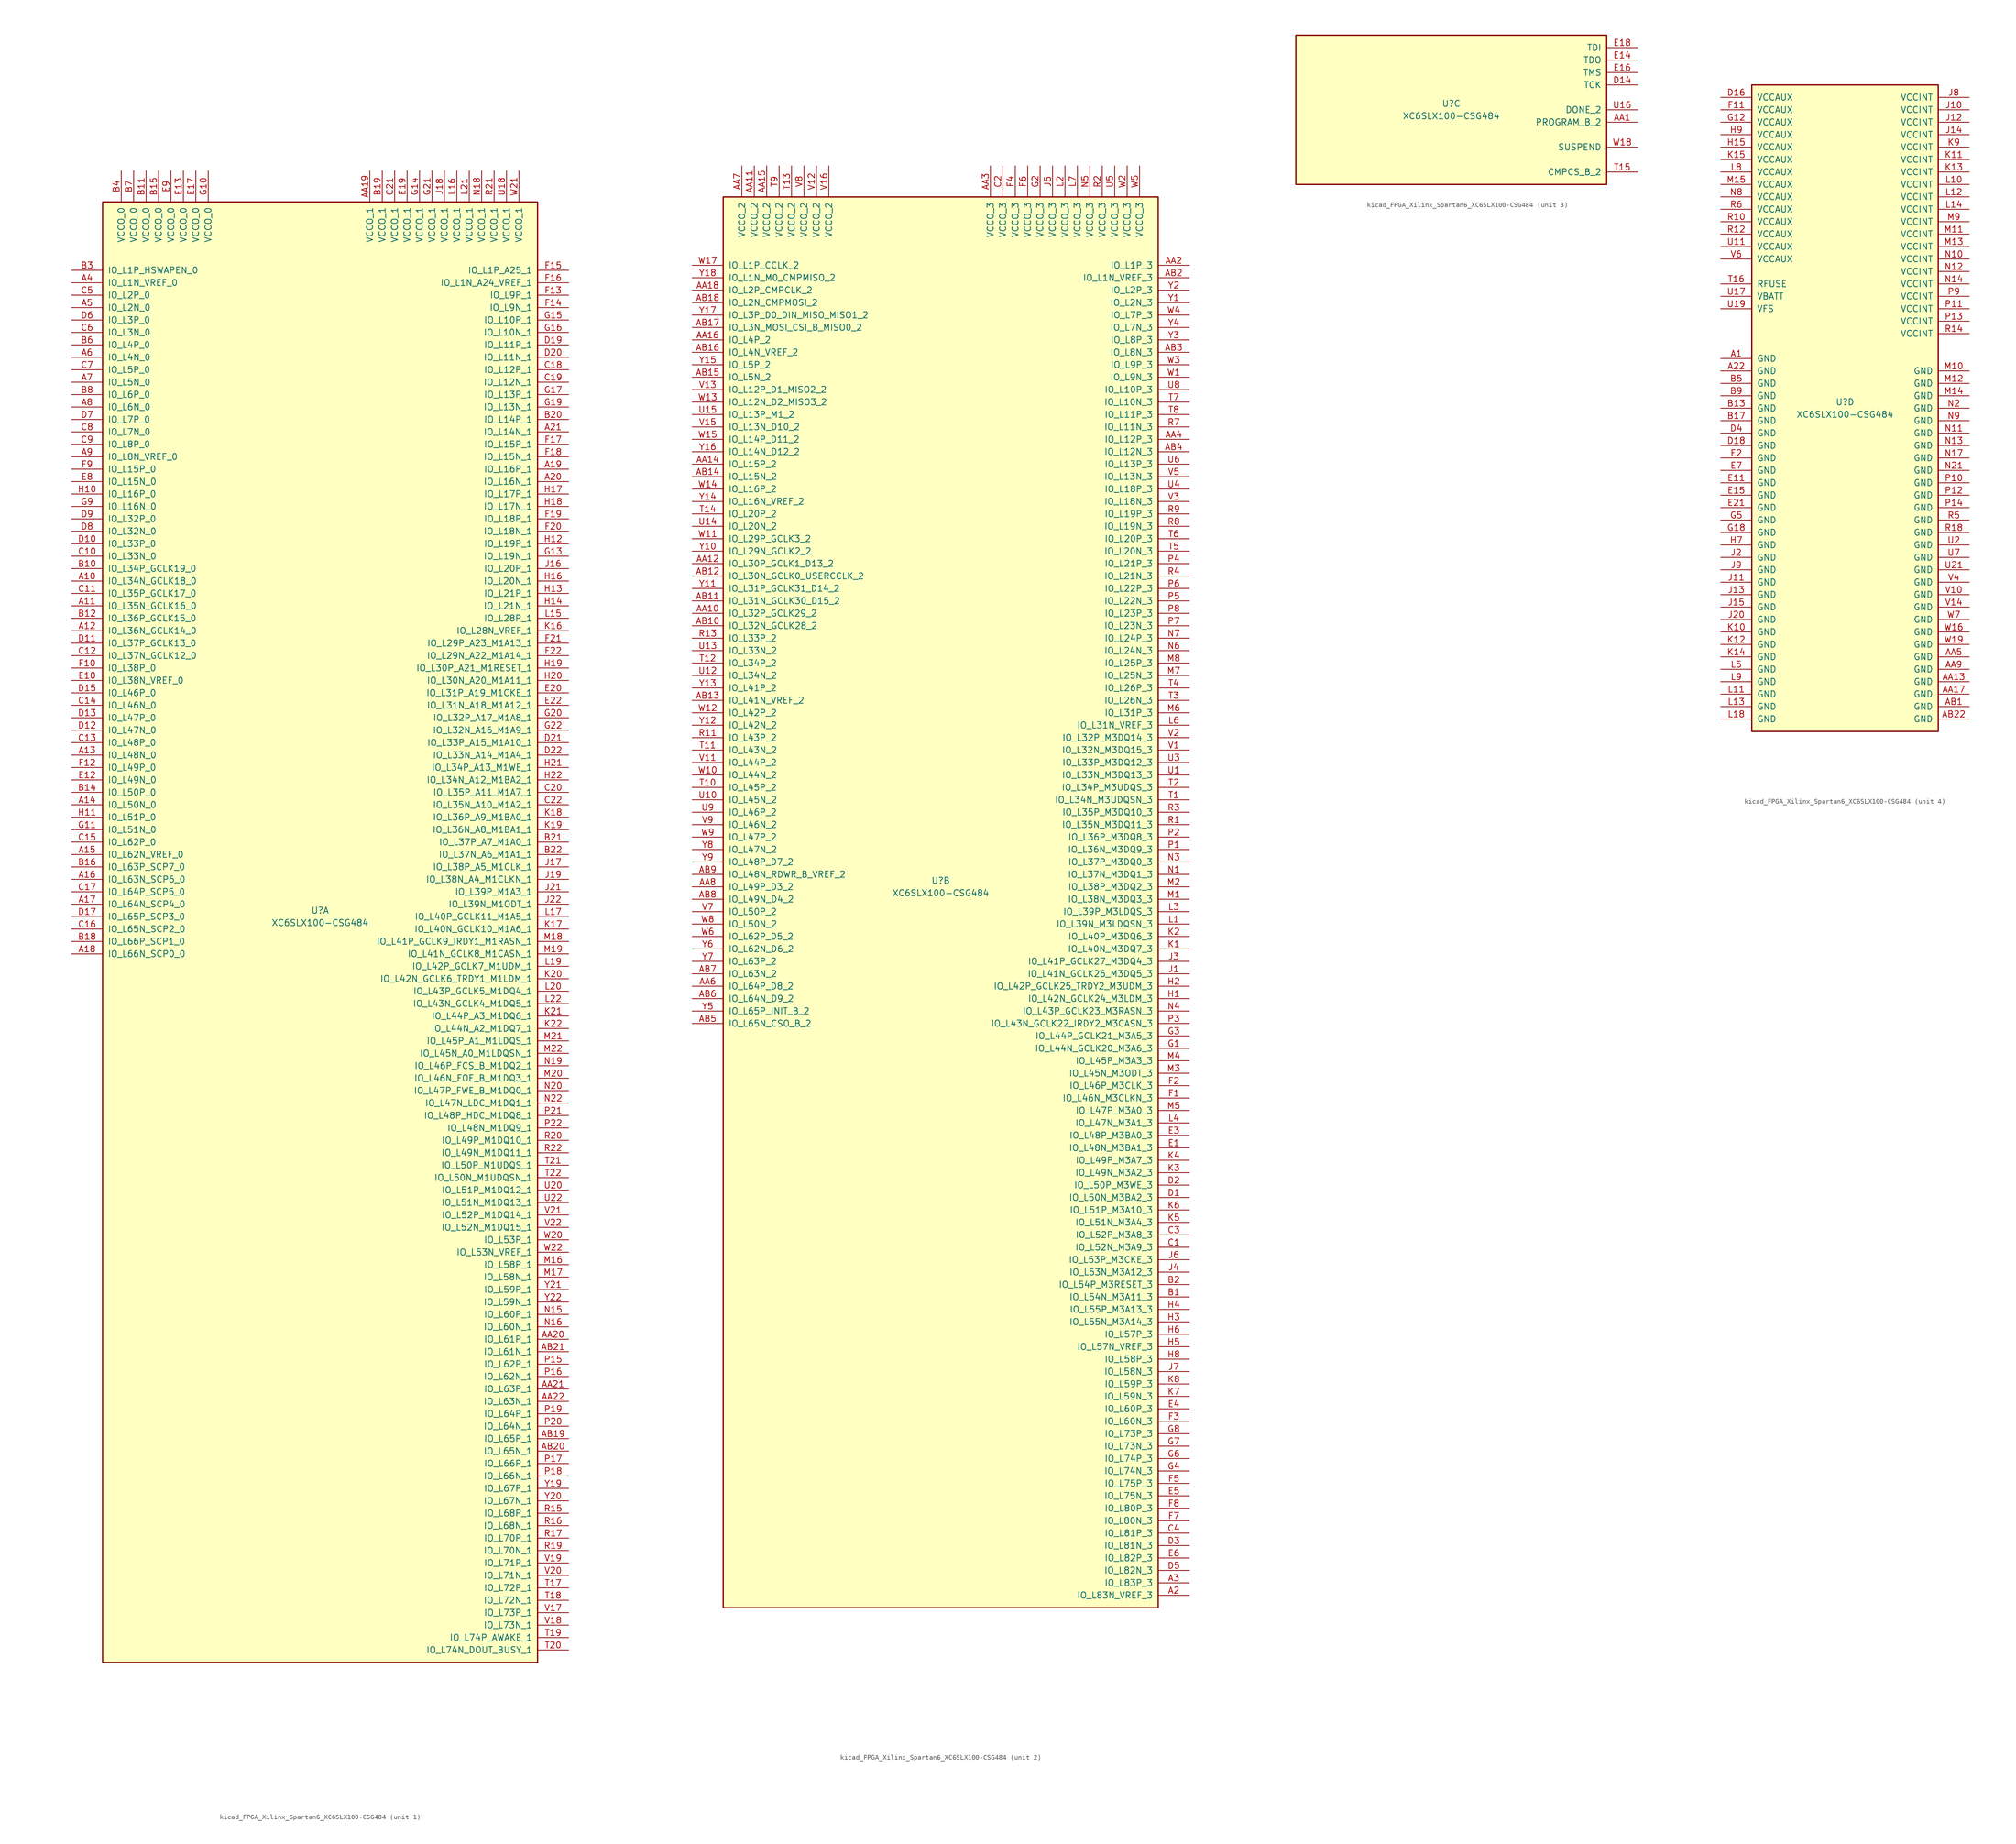
<source format=kicad_sym>
(kicad_symbol_lib
  (version 20220914)
  (generator kicad_symbol_editor)
  (symbol "kicad_FPGA_Xilinx_Spartan6_XC6SLX100-CSG484"
    (pin_names
      (offset 1.016))
    (property "Reference" "U"
      (at 0 1.27 0)
      (effects (font (size 1.27 1.27))))
    (property "Value" "XC6SLX100-CSG484"
      (at 0 -1.27 0)
      (effects (font (size 1.27 1.27))))
    (property "Datasheet" ""
      (at 0 0 0)
      (effects (font (size 1.27 1.27))))
    (property "ki_locked" ""
      (at 0 0 0)
      (effects (font (size 1.27 1.27))))
    (symbol "kicad_FPGA_Xilinx_Spartan6_XC6SLX100-CSG484_1_1"
      (rectangle (start -44.45 146.05) (end 44.45 -152.4) (stroke (width 0.254) (type default)) (fill (type background)))
      (pin bidirectional line (at -50.8 68.58 0) (length 6.35) (name "IO_L34N_GCLK18_0" (effects (font (size 1.27 1.27)))) (number "A10" (effects (font (size 1.27 1.27)))))
      (pin bidirectional line (at -50.8 63.5 0) (length 6.35) (name "IO_L35N_GCLK16_0" (effects (font (size 1.27 1.27)))) (number "A11" (effects (font (size 1.27 1.27)))))
      (pin bidirectional line (at -50.8 58.42 0) (length 6.35) (name "IO_L36N_GCLK14_0" (effects (font (size 1.27 1.27)))) (number "A12" (effects (font (size 1.27 1.27)))))
      (pin bidirectional line (at -50.8 33.02 0) (length 6.35) (name "IO_L48N_0" (effects (font (size 1.27 1.27)))) (number "A13" (effects (font (size 1.27 1.27)))))
      (pin bidirectional line (at -50.8 22.86 0) (length 6.35) (name "IO_L50N_0" (effects (font (size 1.27 1.27)))) (number "A14" (effects (font (size 1.27 1.27)))))
      (pin bidirectional line (at -50.8 12.7 0) (length 6.35) (name "IO_L62N_VREF_0" (effects (font (size 1.27 1.27)))) (number "A15" (effects (font (size 1.27 1.27)))))
      (pin bidirectional line (at -50.8 7.62 0) (length 6.35) (name "IO_L63N_SCP6_0" (effects (font (size 1.27 1.27)))) (number "A16" (effects (font (size 1.27 1.27)))))
      (pin bidirectional line (at -50.8 2.54 0) (length 6.35) (name "IO_L64N_SCP4_0" (effects (font (size 1.27 1.27)))) (number "A17" (effects (font (size 1.27 1.27)))))
      (pin bidirectional line (at -50.8 -7.62 0) (length 6.35) (name "IO_L66N_SCP0_0" (effects (font (size 1.27 1.27)))) (number "A18" (effects (font (size 1.27 1.27)))))
      (pin bidirectional line (at 50.8 91.44 180) (length 6.35) (name "IO_L16P_1" (effects (font (size 1.27 1.27)))) (number "A19" (effects (font (size 1.27 1.27)))))
      (pin bidirectional line (at 50.8 88.9 180) (length 6.35) (name "IO_L16N_1" (effects (font (size 1.27 1.27)))) (number "A20" (effects (font (size 1.27 1.27)))))
      (pin bidirectional line (at 50.8 99.06 180) (length 6.35) (name "IO_L14N_1" (effects (font (size 1.27 1.27)))) (number "A21" (effects (font (size 1.27 1.27)))))
      (pin bidirectional line (at -50.8 129.54 0) (length 6.35) (name "IO_L1N_VREF_0" (effects (font (size 1.27 1.27)))) (number "A4" (effects (font (size 1.27 1.27)))))
      (pin bidirectional line (at -50.8 124.46 0) (length 6.35) (name "IO_L2N_0" (effects (font (size 1.27 1.27)))) (number "A5" (effects (font (size 1.27 1.27)))))
      (pin bidirectional line (at -50.8 114.3 0) (length 6.35) (name "IO_L4N_0" (effects (font (size 1.27 1.27)))) (number "A6" (effects (font (size 1.27 1.27)))))
      (pin bidirectional line (at -50.8 109.22 0) (length 6.35) (name "IO_L5N_0" (effects (font (size 1.27 1.27)))) (number "A7" (effects (font (size 1.27 1.27)))))
      (pin bidirectional line (at -50.8 104.14 0) (length 6.35) (name "IO_L6N_0" (effects (font (size 1.27 1.27)))) (number "A8" (effects (font (size 1.27 1.27)))))
      (pin bidirectional line (at -50.8 93.98 0) (length 6.35) (name "IO_L8N_VREF_0" (effects (font (size 1.27 1.27)))) (number "A9" (effects (font (size 1.27 1.27)))))
      (pin power_in line (at 10.16 152.4 270) (length 6.35) (name "VCCO_1" (effects (font (size 1.27 1.27)))) (number "AA19" (effects (font (size 1.27 1.27)))))
      (pin bidirectional line (at 50.8 -86.36 180) (length 6.35) (name "IO_L61P_1" (effects (font (size 1.27 1.27)))) (number "AA20" (effects (font (size 1.27 1.27)))))
      (pin bidirectional line (at 50.8 -96.52 180) (length 6.35) (name "IO_L63P_1" (effects (font (size 1.27 1.27)))) (number "AA21" (effects (font (size 1.27 1.27)))))
      (pin bidirectional line (at 50.8 -99.06 180) (length 6.35) (name "IO_L63N_1" (effects (font (size 1.27 1.27)))) (number "AA22" (effects (font (size 1.27 1.27)))))
      (pin bidirectional line (at 50.8 -106.68 180) (length 6.35) (name "IO_L65P_1" (effects (font (size 1.27 1.27)))) (number "AB19" (effects (font (size 1.27 1.27)))))
      (pin bidirectional line (at 50.8 -109.22 180) (length 6.35) (name "IO_L65N_1" (effects (font (size 1.27 1.27)))) (number "AB20" (effects (font (size 1.27 1.27)))))
      (pin bidirectional line (at 50.8 -88.9 180) (length 6.35) (name "IO_L61N_1" (effects (font (size 1.27 1.27)))) (number "AB21" (effects (font (size 1.27 1.27)))))
      (pin bidirectional line (at -50.8 71.12 0) (length 6.35) (name "IO_L34P_GCLK19_0" (effects (font (size 1.27 1.27)))) (number "B10" (effects (font (size 1.27 1.27)))))
      (pin power_in line (at -35.56 152.4 270) (length 6.35) (name "VCCO_0" (effects (font (size 1.27 1.27)))) (number "B11" (effects (font (size 1.27 1.27)))))
      (pin bidirectional line (at -50.8 60.96 0) (length 6.35) (name "IO_L36P_GCLK15_0" (effects (font (size 1.27 1.27)))) (number "B12" (effects (font (size 1.27 1.27)))))
      (pin bidirectional line (at -50.8 25.4 0) (length 6.35) (name "IO_L50P_0" (effects (font (size 1.27 1.27)))) (number "B14" (effects (font (size 1.27 1.27)))))
      (pin power_in line (at -33.02 152.4 270) (length 6.35) (name "VCCO_0" (effects (font (size 1.27 1.27)))) (number "B15" (effects (font (size 1.27 1.27)))))
      (pin bidirectional line (at -50.8 10.16 0) (length 6.35) (name "IO_L63P_SCP7_0" (effects (font (size 1.27 1.27)))) (number "B16" (effects (font (size 1.27 1.27)))))
      (pin bidirectional line (at -50.8 -5.08 0) (length 6.35) (name "IO_L66P_SCP1_0" (effects (font (size 1.27 1.27)))) (number "B18" (effects (font (size 1.27 1.27)))))
      (pin power_in line (at 12.7 152.4 270) (length 6.35) (name "VCCO_1" (effects (font (size 1.27 1.27)))) (number "B19" (effects (font (size 1.27 1.27)))))
      (pin bidirectional line (at 50.8 101.6 180) (length 6.35) (name "IO_L14P_1" (effects (font (size 1.27 1.27)))) (number "B20" (effects (font (size 1.27 1.27)))))
      (pin bidirectional line (at 50.8 15.24 180) (length 6.35) (name "IO_L37P_A7_M1A0_1" (effects (font (size 1.27 1.27)))) (number "B21" (effects (font (size 1.27 1.27)))))
      (pin bidirectional line (at 50.8 12.7 180) (length 6.35) (name "IO_L37N_A6_M1A1_1" (effects (font (size 1.27 1.27)))) (number "B22" (effects (font (size 1.27 1.27)))))
      (pin bidirectional line (at -50.8 132.08 0) (length 6.35) (name "IO_L1P_HSWAPEN_0" (effects (font (size 1.27 1.27)))) (number "B3" (effects (font (size 1.27 1.27)))))
      (pin power_in line (at -40.64 152.4 270) (length 6.35) (name "VCCO_0" (effects (font (size 1.27 1.27)))) (number "B4" (effects (font (size 1.27 1.27)))))
      (pin bidirectional line (at -50.8 116.84 0) (length 6.35) (name "IO_L4P_0" (effects (font (size 1.27 1.27)))) (number "B6" (effects (font (size 1.27 1.27)))))
      (pin power_in line (at -38.1 152.4 270) (length 6.35) (name "VCCO_0" (effects (font (size 1.27 1.27)))) (number "B7" (effects (font (size 1.27 1.27)))))
      (pin bidirectional line (at -50.8 106.68 0) (length 6.35) (name "IO_L6P_0" (effects (font (size 1.27 1.27)))) (number "B8" (effects (font (size 1.27 1.27)))))
      (pin bidirectional line (at -50.8 73.66 0) (length 6.35) (name "IO_L33N_0" (effects (font (size 1.27 1.27)))) (number "C10" (effects (font (size 1.27 1.27)))))
      (pin bidirectional line (at -50.8 66.04 0) (length 6.35) (name "IO_L35P_GCLK17_0" (effects (font (size 1.27 1.27)))) (number "C11" (effects (font (size 1.27 1.27)))))
      (pin bidirectional line (at -50.8 53.34 0) (length 6.35) (name "IO_L37N_GCLK12_0" (effects (font (size 1.27 1.27)))) (number "C12" (effects (font (size 1.27 1.27)))))
      (pin bidirectional line (at -50.8 35.56 0) (length 6.35) (name "IO_L48P_0" (effects (font (size 1.27 1.27)))) (number "C13" (effects (font (size 1.27 1.27)))))
      (pin bidirectional line (at -50.8 43.18 0) (length 6.35) (name "IO_L46N_0" (effects (font (size 1.27 1.27)))) (number "C14" (effects (font (size 1.27 1.27)))))
      (pin bidirectional line (at -50.8 15.24 0) (length 6.35) (name "IO_L62P_0" (effects (font (size 1.27 1.27)))) (number "C15" (effects (font (size 1.27 1.27)))))
      (pin bidirectional line (at -50.8 -2.54 0) (length 6.35) (name "IO_L65N_SCP2_0" (effects (font (size 1.27 1.27)))) (number "C16" (effects (font (size 1.27 1.27)))))
      (pin bidirectional line (at -50.8 5.08 0) (length 6.35) (name "IO_L64P_SCP5_0" (effects (font (size 1.27 1.27)))) (number "C17" (effects (font (size 1.27 1.27)))))
      (pin bidirectional line (at 50.8 111.76 180) (length 6.35) (name "IO_L12P_1" (effects (font (size 1.27 1.27)))) (number "C18" (effects (font (size 1.27 1.27)))))
      (pin bidirectional line (at 50.8 109.22 180) (length 6.35) (name "IO_L12N_1" (effects (font (size 1.27 1.27)))) (number "C19" (effects (font (size 1.27 1.27)))))
      (pin bidirectional line (at 50.8 25.4 180) (length 6.35) (name "IO_L35P_A11_M1A7_1" (effects (font (size 1.27 1.27)))) (number "C20" (effects (font (size 1.27 1.27)))))
      (pin power_in line (at 15.24 152.4 270) (length 6.35) (name "VCCO_1" (effects (font (size 1.27 1.27)))) (number "C21" (effects (font (size 1.27 1.27)))))
      (pin bidirectional line (at 50.8 22.86 180) (length 6.35) (name "IO_L35N_A10_M1A2_1" (effects (font (size 1.27 1.27)))) (number "C22" (effects (font (size 1.27 1.27)))))
      (pin bidirectional line (at -50.8 127 0) (length 6.35) (name "IO_L2P_0" (effects (font (size 1.27 1.27)))) (number "C5" (effects (font (size 1.27 1.27)))))
      (pin bidirectional line (at -50.8 119.38 0) (length 6.35) (name "IO_L3N_0" (effects (font (size 1.27 1.27)))) (number "C6" (effects (font (size 1.27 1.27)))))
      (pin bidirectional line (at -50.8 111.76 0) (length 6.35) (name "IO_L5P_0" (effects (font (size 1.27 1.27)))) (number "C7" (effects (font (size 1.27 1.27)))))
      (pin bidirectional line (at -50.8 99.06 0) (length 6.35) (name "IO_L7N_0" (effects (font (size 1.27 1.27)))) (number "C8" (effects (font (size 1.27 1.27)))))
      (pin bidirectional line (at -50.8 96.52 0) (length 6.35) (name "IO_L8P_0" (effects (font (size 1.27 1.27)))) (number "C9" (effects (font (size 1.27 1.27)))))
      (pin bidirectional line (at -50.8 76.2 0) (length 6.35) (name "IO_L33P_0" (effects (font (size 1.27 1.27)))) (number "D10" (effects (font (size 1.27 1.27)))))
      (pin bidirectional line (at -50.8 55.88 0) (length 6.35) (name "IO_L37P_GCLK13_0" (effects (font (size 1.27 1.27)))) (number "D11" (effects (font (size 1.27 1.27)))))
      (pin bidirectional line (at -50.8 38.1 0) (length 6.35) (name "IO_L47N_0" (effects (font (size 1.27 1.27)))) (number "D12" (effects (font (size 1.27 1.27)))))
      (pin bidirectional line (at -50.8 40.64 0) (length 6.35) (name "IO_L47P_0" (effects (font (size 1.27 1.27)))) (number "D13" (effects (font (size 1.27 1.27)))))
      (pin bidirectional line (at -50.8 45.72 0) (length 6.35) (name "IO_L46P_0" (effects (font (size 1.27 1.27)))) (number "D15" (effects (font (size 1.27 1.27)))))
      (pin bidirectional line (at -50.8 0 0) (length 6.35) (name "IO_L65P_SCP3_0" (effects (font (size 1.27 1.27)))) (number "D17" (effects (font (size 1.27 1.27)))))
      (pin bidirectional line (at 50.8 116.84 180) (length 6.35) (name "IO_L11P_1" (effects (font (size 1.27 1.27)))) (number "D19" (effects (font (size 1.27 1.27)))))
      (pin bidirectional line (at 50.8 114.3 180) (length 6.35) (name "IO_L11N_1" (effects (font (size 1.27 1.27)))) (number "D20" (effects (font (size 1.27 1.27)))))
      (pin bidirectional line (at 50.8 35.56 180) (length 6.35) (name "IO_L33P_A15_M1A10_1" (effects (font (size 1.27 1.27)))) (number "D21" (effects (font (size 1.27 1.27)))))
      (pin bidirectional line (at 50.8 33.02 180) (length 6.35) (name "IO_L33N_A14_M1A4_1" (effects (font (size 1.27 1.27)))) (number "D22" (effects (font (size 1.27 1.27)))))
      (pin bidirectional line (at -50.8 121.92 0) (length 6.35) (name "IO_L3P_0" (effects (font (size 1.27 1.27)))) (number "D6" (effects (font (size 1.27 1.27)))))
      (pin bidirectional line (at -50.8 101.6 0) (length 6.35) (name "IO_L7P_0" (effects (font (size 1.27 1.27)))) (number "D7" (effects (font (size 1.27 1.27)))))
      (pin bidirectional line (at -50.8 78.74 0) (length 6.35) (name "IO_L32N_0" (effects (font (size 1.27 1.27)))) (number "D8" (effects (font (size 1.27 1.27)))))
      (pin bidirectional line (at -50.8 81.28 0) (length 6.35) (name "IO_L32P_0" (effects (font (size 1.27 1.27)))) (number "D9" (effects (font (size 1.27 1.27)))))
      (pin bidirectional line (at -50.8 48.26 0) (length 6.35) (name "IO_L38N_VREF_0" (effects (font (size 1.27 1.27)))) (number "E10" (effects (font (size 1.27 1.27)))))
      (pin bidirectional line (at -50.8 27.94 0) (length 6.35) (name "IO_L49N_0" (effects (font (size 1.27 1.27)))) (number "E12" (effects (font (size 1.27 1.27)))))
      (pin power_in line (at -27.94 152.4 270) (length 6.35) (name "VCCO_0" (effects (font (size 1.27 1.27)))) (number "E13" (effects (font (size 1.27 1.27)))))
      (pin power_in line (at -25.4 152.4 270) (length 6.35) (name "VCCO_0" (effects (font (size 1.27 1.27)))) (number "E17" (effects (font (size 1.27 1.27)))))
      (pin power_in line (at 17.78 152.4 270) (length 6.35) (name "VCCO_1" (effects (font (size 1.27 1.27)))) (number "E19" (effects (font (size 1.27 1.27)))))
      (pin bidirectional line (at 50.8 45.72 180) (length 6.35) (name "IO_L31P_A19_M1CKE_1" (effects (font (size 1.27 1.27)))) (number "E20" (effects (font (size 1.27 1.27)))))
      (pin bidirectional line (at 50.8 43.18 180) (length 6.35) (name "IO_L31N_A18_M1A12_1" (effects (font (size 1.27 1.27)))) (number "E22" (effects (font (size 1.27 1.27)))))
      (pin bidirectional line (at -50.8 88.9 0) (length 6.35) (name "IO_L15N_0" (effects (font (size 1.27 1.27)))) (number "E8" (effects (font (size 1.27 1.27)))))
      (pin power_in line (at -30.48 152.4 270) (length 6.35) (name "VCCO_0" (effects (font (size 1.27 1.27)))) (number "E9" (effects (font (size 1.27 1.27)))))
      (pin bidirectional line (at -50.8 50.8 0) (length 6.35) (name "IO_L38P_0" (effects (font (size 1.27 1.27)))) (number "F10" (effects (font (size 1.27 1.27)))))
      (pin bidirectional line (at -50.8 30.48 0) (length 6.35) (name "IO_L49P_0" (effects (font (size 1.27 1.27)))) (number "F12" (effects (font (size 1.27 1.27)))))
      (pin bidirectional line (at 50.8 127 180) (length 6.35) (name "IO_L9P_1" (effects (font (size 1.27 1.27)))) (number "F13" (effects (font (size 1.27 1.27)))))
      (pin bidirectional line (at 50.8 124.46 180) (length 6.35) (name "IO_L9N_1" (effects (font (size 1.27 1.27)))) (number "F14" (effects (font (size 1.27 1.27)))))
      (pin bidirectional line (at 50.8 132.08 180) (length 6.35) (name "IO_L1P_A25_1" (effects (font (size 1.27 1.27)))) (number "F15" (effects (font (size 1.27 1.27)))))
      (pin bidirectional line (at 50.8 129.54 180) (length 6.35) (name "IO_L1N_A24_VREF_1" (effects (font (size 1.27 1.27)))) (number "F16" (effects (font (size 1.27 1.27)))))
      (pin bidirectional line (at 50.8 96.52 180) (length 6.35) (name "IO_L15P_1" (effects (font (size 1.27 1.27)))) (number "F17" (effects (font (size 1.27 1.27)))))
      (pin bidirectional line (at 50.8 93.98 180) (length 6.35) (name "IO_L15N_1" (effects (font (size 1.27 1.27)))) (number "F18" (effects (font (size 1.27 1.27)))))
      (pin bidirectional line (at 50.8 81.28 180) (length 6.35) (name "IO_L18P_1" (effects (font (size 1.27 1.27)))) (number "F19" (effects (font (size 1.27 1.27)))))
      (pin bidirectional line (at 50.8 78.74 180) (length 6.35) (name "IO_L18N_1" (effects (font (size 1.27 1.27)))) (number "F20" (effects (font (size 1.27 1.27)))))
      (pin bidirectional line (at 50.8 55.88 180) (length 6.35) (name "IO_L29P_A23_M1A13_1" (effects (font (size 1.27 1.27)))) (number "F21" (effects (font (size 1.27 1.27)))))
      (pin bidirectional line (at 50.8 53.34 180) (length 6.35) (name "IO_L29N_A22_M1A14_1" (effects (font (size 1.27 1.27)))) (number "F22" (effects (font (size 1.27 1.27)))))
      (pin bidirectional line (at -50.8 91.44 0) (length 6.35) (name "IO_L15P_0" (effects (font (size 1.27 1.27)))) (number "F9" (effects (font (size 1.27 1.27)))))
      (pin power_in line (at -22.86 152.4 270) (length 6.35) (name "VCCO_0" (effects (font (size 1.27 1.27)))) (number "G10" (effects (font (size 1.27 1.27)))))
      (pin bidirectional line (at -50.8 17.78 0) (length 6.35) (name "IO_L51N_0" (effects (font (size 1.27 1.27)))) (number "G11" (effects (font (size 1.27 1.27)))))
      (pin bidirectional line (at 50.8 73.66 180) (length 6.35) (name "IO_L19N_1" (effects (font (size 1.27 1.27)))) (number "G13" (effects (font (size 1.27 1.27)))))
      (pin power_in line (at 20.32 152.4 270) (length 6.35) (name "VCCO_1" (effects (font (size 1.27 1.27)))) (number "G14" (effects (font (size 1.27 1.27)))))
      (pin bidirectional line (at 50.8 121.92 180) (length 6.35) (name "IO_L10P_1" (effects (font (size 1.27 1.27)))) (number "G15" (effects (font (size 1.27 1.27)))))
      (pin bidirectional line (at 50.8 119.38 180) (length 6.35) (name "IO_L10N_1" (effects (font (size 1.27 1.27)))) (number "G16" (effects (font (size 1.27 1.27)))))
      (pin bidirectional line (at 50.8 106.68 180) (length 6.35) (name "IO_L13P_1" (effects (font (size 1.27 1.27)))) (number "G17" (effects (font (size 1.27 1.27)))))
      (pin bidirectional line (at 50.8 104.14 180) (length 6.35) (name "IO_L13N_1" (effects (font (size 1.27 1.27)))) (number "G19" (effects (font (size 1.27 1.27)))))
      (pin bidirectional line (at 50.8 40.64 180) (length 6.35) (name "IO_L32P_A17_M1A8_1" (effects (font (size 1.27 1.27)))) (number "G20" (effects (font (size 1.27 1.27)))))
      (pin power_in line (at 22.86 152.4 270) (length 6.35) (name "VCCO_1" (effects (font (size 1.27 1.27)))) (number "G21" (effects (font (size 1.27 1.27)))))
      (pin bidirectional line (at 50.8 38.1 180) (length 6.35) (name "IO_L32N_A16_M1A9_1" (effects (font (size 1.27 1.27)))) (number "G22" (effects (font (size 1.27 1.27)))))
      (pin bidirectional line (at -50.8 83.82 0) (length 6.35) (name "IO_L16N_0" (effects (font (size 1.27 1.27)))) (number "G9" (effects (font (size 1.27 1.27)))))
      (pin bidirectional line (at -50.8 86.36 0) (length 6.35) (name "IO_L16P_0" (effects (font (size 1.27 1.27)))) (number "H10" (effects (font (size 1.27 1.27)))))
      (pin bidirectional line (at -50.8 20.32 0) (length 6.35) (name "IO_L51P_0" (effects (font (size 1.27 1.27)))) (number "H11" (effects (font (size 1.27 1.27)))))
      (pin bidirectional line (at 50.8 76.2 180) (length 6.35) (name "IO_L19P_1" (effects (font (size 1.27 1.27)))) (number "H12" (effects (font (size 1.27 1.27)))))
      (pin bidirectional line (at 50.8 66.04 180) (length 6.35) (name "IO_L21P_1" (effects (font (size 1.27 1.27)))) (number "H13" (effects (font (size 1.27 1.27)))))
      (pin bidirectional line (at 50.8 63.5 180) (length 6.35) (name "IO_L21N_1" (effects (font (size 1.27 1.27)))) (number "H14" (effects (font (size 1.27 1.27)))))
      (pin bidirectional line (at 50.8 68.58 180) (length 6.35) (name "IO_L20N_1" (effects (font (size 1.27 1.27)))) (number "H16" (effects (font (size 1.27 1.27)))))
      (pin bidirectional line (at 50.8 86.36 180) (length 6.35) (name "IO_L17P_1" (effects (font (size 1.27 1.27)))) (number "H17" (effects (font (size 1.27 1.27)))))
      (pin bidirectional line (at 50.8 83.82 180) (length 6.35) (name "IO_L17N_1" (effects (font (size 1.27 1.27)))) (number "H18" (effects (font (size 1.27 1.27)))))
      (pin bidirectional line (at 50.8 50.8 180) (length 6.35) (name "IO_L30P_A21_M1RESET_1" (effects (font (size 1.27 1.27)))) (number "H19" (effects (font (size 1.27 1.27)))))
      (pin bidirectional line (at 50.8 48.26 180) (length 6.35) (name "IO_L30N_A20_M1A11_1" (effects (font (size 1.27 1.27)))) (number "H20" (effects (font (size 1.27 1.27)))))
      (pin bidirectional line (at 50.8 30.48 180) (length 6.35) (name "IO_L34P_A13_M1WE_1" (effects (font (size 1.27 1.27)))) (number "H21" (effects (font (size 1.27 1.27)))))
      (pin bidirectional line (at 50.8 27.94 180) (length 6.35) (name "IO_L34N_A12_M1BA2_1" (effects (font (size 1.27 1.27)))) (number "H22" (effects (font (size 1.27 1.27)))))
      (pin bidirectional line (at 50.8 71.12 180) (length 6.35) (name "IO_L20P_1" (effects (font (size 1.27 1.27)))) (number "J16" (effects (font (size 1.27 1.27)))))
      (pin bidirectional line (at 50.8 10.16 180) (length 6.35) (name "IO_L38P_A5_M1CLK_1" (effects (font (size 1.27 1.27)))) (number "J17" (effects (font (size 1.27 1.27)))))
      (pin power_in line (at 25.4 152.4 270) (length 6.35) (name "VCCO_1" (effects (font (size 1.27 1.27)))) (number "J18" (effects (font (size 1.27 1.27)))))
      (pin bidirectional line (at 50.8 7.62 180) (length 6.35) (name "IO_L38N_A4_M1CLKN_1" (effects (font (size 1.27 1.27)))) (number "J19" (effects (font (size 1.27 1.27)))))
      (pin bidirectional line (at 50.8 5.08 180) (length 6.35) (name "IO_L39P_M1A3_1" (effects (font (size 1.27 1.27)))) (number "J21" (effects (font (size 1.27 1.27)))))
      (pin bidirectional line (at 50.8 2.54 180) (length 6.35) (name "IO_L39N_M1ODT_1" (effects (font (size 1.27 1.27)))) (number "J22" (effects (font (size 1.27 1.27)))))
      (pin bidirectional line (at 50.8 58.42 180) (length 6.35) (name "IO_L28N_VREF_1" (effects (font (size 1.27 1.27)))) (number "K16" (effects (font (size 1.27 1.27)))))
      (pin bidirectional line (at 50.8 -2.54 180) (length 6.35) (name "IO_L40N_GCLK10_M1A6_1" (effects (font (size 1.27 1.27)))) (number "K17" (effects (font (size 1.27 1.27)))))
      (pin bidirectional line (at 50.8 20.32 180) (length 6.35) (name "IO_L36P_A9_M1BA0_1" (effects (font (size 1.27 1.27)))) (number "K18" (effects (font (size 1.27 1.27)))))
      (pin bidirectional line (at 50.8 17.78 180) (length 6.35) (name "IO_L36N_A8_M1BA1_1" (effects (font (size 1.27 1.27)))) (number "K19" (effects (font (size 1.27 1.27)))))
      (pin bidirectional line (at 50.8 -12.7 180) (length 6.35) (name "IO_L42N_GCLK6_TRDY1_M1LDM_1" (effects (font (size 1.27 1.27)))) (number "K20" (effects (font (size 1.27 1.27)))))
      (pin bidirectional line (at 50.8 -20.32 180) (length 6.35) (name "IO_L44P_A3_M1DQ6_1" (effects (font (size 1.27 1.27)))) (number "K21" (effects (font (size 1.27 1.27)))))
      (pin bidirectional line (at 50.8 -22.86 180) (length 6.35) (name "IO_L44N_A2_M1DQ7_1" (effects (font (size 1.27 1.27)))) (number "K22" (effects (font (size 1.27 1.27)))))
      (pin bidirectional line (at 50.8 60.96 180) (length 6.35) (name "IO_L28P_1" (effects (font (size 1.27 1.27)))) (number "L15" (effects (font (size 1.27 1.27)))))
      (pin power_in line (at 27.94 152.4 270) (length 6.35) (name "VCCO_1" (effects (font (size 1.27 1.27)))) (number "L16" (effects (font (size 1.27 1.27)))))
      (pin bidirectional line (at 50.8 0 180) (length 6.35) (name "IO_L40P_GCLK11_M1A5_1" (effects (font (size 1.27 1.27)))) (number "L17" (effects (font (size 1.27 1.27)))))
      (pin bidirectional line (at 50.8 -10.16 180) (length 6.35) (name "IO_L42P_GCLK7_M1UDM_1" (effects (font (size 1.27 1.27)))) (number "L19" (effects (font (size 1.27 1.27)))))
      (pin bidirectional line (at 50.8 -15.24 180) (length 6.35) (name "IO_L43P_GCLK5_M1DQ4_1" (effects (font (size 1.27 1.27)))) (number "L20" (effects (font (size 1.27 1.27)))))
      (pin power_in line (at 30.48 152.4 270) (length 6.35) (name "VCCO_1" (effects (font (size 1.27 1.27)))) (number "L21" (effects (font (size 1.27 1.27)))))
      (pin bidirectional line (at 50.8 -17.78 180) (length 6.35) (name "IO_L43N_GCLK4_M1DQ5_1" (effects (font (size 1.27 1.27)))) (number "L22" (effects (font (size 1.27 1.27)))))
      (pin bidirectional line (at 50.8 -71.12 180) (length 6.35) (name "IO_L58P_1" (effects (font (size 1.27 1.27)))) (number "M16" (effects (font (size 1.27 1.27)))))
      (pin bidirectional line (at 50.8 -73.66 180) (length 6.35) (name "IO_L58N_1" (effects (font (size 1.27 1.27)))) (number "M17" (effects (font (size 1.27 1.27)))))
      (pin bidirectional line (at 50.8 -5.08 180) (length 6.35) (name "IO_L41P_GCLK9_IRDY1_M1RASN_1" (effects (font (size 1.27 1.27)))) (number "M18" (effects (font (size 1.27 1.27)))))
      (pin bidirectional line (at 50.8 -7.62 180) (length 6.35) (name "IO_L41N_GCLK8_M1CASN_1" (effects (font (size 1.27 1.27)))) (number "M19" (effects (font (size 1.27 1.27)))))
      (pin bidirectional line (at 50.8 -33.02 180) (length 6.35) (name "IO_L46N_FOE_B_M1DQ3_1" (effects (font (size 1.27 1.27)))) (number "M20" (effects (font (size 1.27 1.27)))))
      (pin bidirectional line (at 50.8 -25.4 180) (length 6.35) (name "IO_L45P_A1_M1LDQS_1" (effects (font (size 1.27 1.27)))) (number "M21" (effects (font (size 1.27 1.27)))))
      (pin bidirectional line (at 50.8 -27.94 180) (length 6.35) (name "IO_L45N_A0_M1LDQSN_1" (effects (font (size 1.27 1.27)))) (number "M22" (effects (font (size 1.27 1.27)))))
      (pin bidirectional line (at 50.8 -81.28 180) (length 6.35) (name "IO_L60P_1" (effects (font (size 1.27 1.27)))) (number "N15" (effects (font (size 1.27 1.27)))))
      (pin bidirectional line (at 50.8 -83.82 180) (length 6.35) (name "IO_L60N_1" (effects (font (size 1.27 1.27)))) (number "N16" (effects (font (size 1.27 1.27)))))
      (pin power_in line (at 33.02 152.4 270) (length 6.35) (name "VCCO_1" (effects (font (size 1.27 1.27)))) (number "N18" (effects (font (size 1.27 1.27)))))
      (pin bidirectional line (at 50.8 -30.48 180) (length 6.35) (name "IO_L46P_FCS_B_M1DQ2_1" (effects (font (size 1.27 1.27)))) (number "N19" (effects (font (size 1.27 1.27)))))
      (pin bidirectional line (at 50.8 -35.56 180) (length 6.35) (name "IO_L47P_FWE_B_M1DQ0_1" (effects (font (size 1.27 1.27)))) (number "N20" (effects (font (size 1.27 1.27)))))
      (pin bidirectional line (at 50.8 -38.1 180) (length 6.35) (name "IO_L47N_LDC_M1DQ1_1" (effects (font (size 1.27 1.27)))) (number "N22" (effects (font (size 1.27 1.27)))))
      (pin bidirectional line (at 50.8 -91.44 180) (length 6.35) (name "IO_L62P_1" (effects (font (size 1.27 1.27)))) (number "P15" (effects (font (size 1.27 1.27)))))
      (pin bidirectional line (at 50.8 -93.98 180) (length 6.35) (name "IO_L62N_1" (effects (font (size 1.27 1.27)))) (number "P16" (effects (font (size 1.27 1.27)))))
      (pin bidirectional line (at 50.8 -111.76 180) (length 6.35) (name "IO_L66P_1" (effects (font (size 1.27 1.27)))) (number "P17" (effects (font (size 1.27 1.27)))))
      (pin bidirectional line (at 50.8 -114.3 180) (length 6.35) (name "IO_L66N_1" (effects (font (size 1.27 1.27)))) (number "P18" (effects (font (size 1.27 1.27)))))
      (pin bidirectional line (at 50.8 -101.6 180) (length 6.35) (name "IO_L64P_1" (effects (font (size 1.27 1.27)))) (number "P19" (effects (font (size 1.27 1.27)))))
      (pin bidirectional line (at 50.8 -104.14 180) (length 6.35) (name "IO_L64N_1" (effects (font (size 1.27 1.27)))) (number "P20" (effects (font (size 1.27 1.27)))))
      (pin bidirectional line (at 50.8 -40.64 180) (length 6.35) (name "IO_L48P_HDC_M1DQ8_1" (effects (font (size 1.27 1.27)))) (number "P21" (effects (font (size 1.27 1.27)))))
      (pin bidirectional line (at 50.8 -43.18 180) (length 6.35) (name "IO_L48N_M1DQ9_1" (effects (font (size 1.27 1.27)))) (number "P22" (effects (font (size 1.27 1.27)))))
      (pin bidirectional line (at 50.8 -121.92 180) (length 6.35) (name "IO_L68P_1" (effects (font (size 1.27 1.27)))) (number "R15" (effects (font (size 1.27 1.27)))))
      (pin bidirectional line (at 50.8 -124.46 180) (length 6.35) (name "IO_L68N_1" (effects (font (size 1.27 1.27)))) (number "R16" (effects (font (size 1.27 1.27)))))
      (pin bidirectional line (at 50.8 -127 180) (length 6.35) (name "IO_L70P_1" (effects (font (size 1.27 1.27)))) (number "R17" (effects (font (size 1.27 1.27)))))
      (pin bidirectional line (at 50.8 -129.54 180) (length 6.35) (name "IO_L70N_1" (effects (font (size 1.27 1.27)))) (number "R19" (effects (font (size 1.27 1.27)))))
      (pin bidirectional line (at 50.8 -45.72 180) (length 6.35) (name "IO_L49P_M1DQ10_1" (effects (font (size 1.27 1.27)))) (number "R20" (effects (font (size 1.27 1.27)))))
      (pin power_in line (at 35.56 152.4 270) (length 6.35) (name "VCCO_1" (effects (font (size 1.27 1.27)))) (number "R21" (effects (font (size 1.27 1.27)))))
      (pin bidirectional line (at 50.8 -48.26 180) (length 6.35) (name "IO_L49N_M1DQ11_1" (effects (font (size 1.27 1.27)))) (number "R22" (effects (font (size 1.27 1.27)))))
      (pin bidirectional line (at 50.8 -137.16 180) (length 6.35) (name "IO_L72P_1" (effects (font (size 1.27 1.27)))) (number "T17" (effects (font (size 1.27 1.27)))))
      (pin bidirectional line (at 50.8 -139.7 180) (length 6.35) (name "IO_L72N_1" (effects (font (size 1.27 1.27)))) (number "T18" (effects (font (size 1.27 1.27)))))
      (pin bidirectional line (at 50.8 -147.32 180) (length 6.35) (name "IO_L74P_AWAKE_1" (effects (font (size 1.27 1.27)))) (number "T19" (effects (font (size 1.27 1.27)))))
      (pin bidirectional line (at 50.8 -149.86 180) (length 6.35) (name "IO_L74N_DOUT_BUSY_1" (effects (font (size 1.27 1.27)))) (number "T20" (effects (font (size 1.27 1.27)))))
      (pin bidirectional line (at 50.8 -50.8 180) (length 6.35) (name "IO_L50P_M1UDQS_1" (effects (font (size 1.27 1.27)))) (number "T21" (effects (font (size 1.27 1.27)))))
      (pin bidirectional line (at 50.8 -53.34 180) (length 6.35) (name "IO_L50N_M1UDQSN_1" (effects (font (size 1.27 1.27)))) (number "T22" (effects (font (size 1.27 1.27)))))
      (pin power_in line (at 38.1 152.4 270) (length 6.35) (name "VCCO_1" (effects (font (size 1.27 1.27)))) (number "U18" (effects (font (size 1.27 1.27)))))
      (pin bidirectional line (at 50.8 -55.88 180) (length 6.35) (name "IO_L51P_M1DQ12_1" (effects (font (size 1.27 1.27)))) (number "U20" (effects (font (size 1.27 1.27)))))
      (pin bidirectional line (at 50.8 -58.42 180) (length 6.35) (name "IO_L51N_M1DQ13_1" (effects (font (size 1.27 1.27)))) (number "U22" (effects (font (size 1.27 1.27)))))
      (pin bidirectional line (at 50.8 -142.24 180) (length 6.35) (name "IO_L73P_1" (effects (font (size 1.27 1.27)))) (number "V17" (effects (font (size 1.27 1.27)))))
      (pin bidirectional line (at 50.8 -144.78 180) (length 6.35) (name "IO_L73N_1" (effects (font (size 1.27 1.27)))) (number "V18" (effects (font (size 1.27 1.27)))))
      (pin bidirectional line (at 50.8 -132.08 180) (length 6.35) (name "IO_L71P_1" (effects (font (size 1.27 1.27)))) (number "V19" (effects (font (size 1.27 1.27)))))
      (pin bidirectional line (at 50.8 -134.62 180) (length 6.35) (name "IO_L71N_1" (effects (font (size 1.27 1.27)))) (number "V20" (effects (font (size 1.27 1.27)))))
      (pin bidirectional line (at 50.8 -60.96 180) (length 6.35) (name "IO_L52P_M1DQ14_1" (effects (font (size 1.27 1.27)))) (number "V21" (effects (font (size 1.27 1.27)))))
      (pin bidirectional line (at 50.8 -63.5 180) (length 6.35) (name "IO_L52N_M1DQ15_1" (effects (font (size 1.27 1.27)))) (number "V22" (effects (font (size 1.27 1.27)))))
      (pin bidirectional line (at 50.8 -66.04 180) (length 6.35) (name "IO_L53P_1" (effects (font (size 1.27 1.27)))) (number "W20" (effects (font (size 1.27 1.27)))))
      (pin power_in line (at 40.64 152.4 270) (length 6.35) (name "VCCO_1" (effects (font (size 1.27 1.27)))) (number "W21" (effects (font (size 1.27 1.27)))))
      (pin bidirectional line (at 50.8 -68.58 180) (length 6.35) (name "IO_L53N_VREF_1" (effects (font (size 1.27 1.27)))) (number "W22" (effects (font (size 1.27 1.27)))))
      (pin bidirectional line (at 50.8 -116.84 180) (length 6.35) (name "IO_L67P_1" (effects (font (size 1.27 1.27)))) (number "Y19" (effects (font (size 1.27 1.27)))))
      (pin bidirectional line (at 50.8 -119.38 180) (length 6.35) (name "IO_L67N_1" (effects (font (size 1.27 1.27)))) (number "Y20" (effects (font (size 1.27 1.27)))))
      (pin bidirectional line (at 50.8 -76.2 180) (length 6.35) (name "IO_L59P_1" (effects (font (size 1.27 1.27)))) (number "Y21" (effects (font (size 1.27 1.27)))))
      (pin bidirectional line (at 50.8 -78.74 180) (length 6.35) (name "IO_L59N_1" (effects (font (size 1.27 1.27)))) (number "Y22" (effects (font (size 1.27 1.27))))))
    (symbol "kicad_FPGA_Xilinx_Spartan6_XC6SLX100-CSG484_2_1"
      (rectangle (start -44.45 140.97) (end 44.45 -147.32) (stroke (width 0.254) (type default)) (fill (type background)))
      (pin bidirectional line (at 50.8 -144.78 180) (length 6.35) (name "IO_L83N_VREF_3" (effects (font (size 1.27 1.27)))) (number "A2" (effects (font (size 1.27 1.27)))))
      (pin bidirectional line (at 50.8 -142.24 180) (length 6.35) (name "IO_L83P_3" (effects (font (size 1.27 1.27)))) (number "A3" (effects (font (size 1.27 1.27)))))
      (pin bidirectional line (at -50.8 55.88 0) (length 6.35) (name "IO_L32P_GCLK29_2" (effects (font (size 1.27 1.27)))) (number "AA10" (effects (font (size 1.27 1.27)))))
      (pin power_in line (at -38.1 147.32 270) (length 6.35) (name "VCCO_2" (effects (font (size 1.27 1.27)))) (number "AA11" (effects (font (size 1.27 1.27)))))
      (pin bidirectional line (at -50.8 66.04 0) (length 6.35) (name "IO_L30P_GCLK1_D13_2" (effects (font (size 1.27 1.27)))) (number "AA12" (effects (font (size 1.27 1.27)))))
      (pin bidirectional line (at -50.8 86.36 0) (length 6.35) (name "IO_L15P_2" (effects (font (size 1.27 1.27)))) (number "AA14" (effects (font (size 1.27 1.27)))))
      (pin power_in line (at -35.56 147.32 270) (length 6.35) (name "VCCO_2" (effects (font (size 1.27 1.27)))) (number "AA15" (effects (font (size 1.27 1.27)))))
      (pin bidirectional line (at -50.8 111.76 0) (length 6.35) (name "IO_L4P_2" (effects (font (size 1.27 1.27)))) (number "AA16" (effects (font (size 1.27 1.27)))))
      (pin bidirectional line (at -50.8 121.92 0) (length 6.35) (name "IO_L2P_CMPCLK_2" (effects (font (size 1.27 1.27)))) (number "AA18" (effects (font (size 1.27 1.27)))))
      (pin bidirectional line (at 50.8 127 180) (length 6.35) (name "IO_L1P_3" (effects (font (size 1.27 1.27)))) (number "AA2" (effects (font (size 1.27 1.27)))))
      (pin power_in line (at 10.16 147.32 270) (length 6.35) (name "VCCO_3" (effects (font (size 1.27 1.27)))) (number "AA3" (effects (font (size 1.27 1.27)))))
      (pin bidirectional line (at 50.8 91.44 180) (length 6.35) (name "IO_L12P_3" (effects (font (size 1.27 1.27)))) (number "AA4" (effects (font (size 1.27 1.27)))))
      (pin bidirectional line (at -50.8 -20.32 0) (length 6.35) (name "IO_L64P_D8_2" (effects (font (size 1.27 1.27)))) (number "AA6" (effects (font (size 1.27 1.27)))))
      (pin power_in line (at -40.64 147.32 270) (length 6.35) (name "VCCO_2" (effects (font (size 1.27 1.27)))) (number "AA7" (effects (font (size 1.27 1.27)))))
      (pin bidirectional line (at -50.8 0 0) (length 6.35) (name "IO_L49P_D3_2" (effects (font (size 1.27 1.27)))) (number "AA8" (effects (font (size 1.27 1.27)))))
      (pin bidirectional line (at -50.8 53.34 0) (length 6.35) (name "IO_L32N_GCLK28_2" (effects (font (size 1.27 1.27)))) (number "AB10" (effects (font (size 1.27 1.27)))))
      (pin bidirectional line (at -50.8 58.42 0) (length 6.35) (name "IO_L31N_GCLK30_D15_2" (effects (font (size 1.27 1.27)))) (number "AB11" (effects (font (size 1.27 1.27)))))
      (pin bidirectional line (at -50.8 63.5 0) (length 6.35) (name "IO_L30N_GCLK0_USERCCLK_2" (effects (font (size 1.27 1.27)))) (number "AB12" (effects (font (size 1.27 1.27)))))
      (pin bidirectional line (at -50.8 38.1 0) (length 6.35) (name "IO_L41N_VREF_2" (effects (font (size 1.27 1.27)))) (number "AB13" (effects (font (size 1.27 1.27)))))
      (pin bidirectional line (at -50.8 83.82 0) (length 6.35) (name "IO_L15N_2" (effects (font (size 1.27 1.27)))) (number "AB14" (effects (font (size 1.27 1.27)))))
      (pin bidirectional line (at -50.8 104.14 0) (length 6.35) (name "IO_L5N_2" (effects (font (size 1.27 1.27)))) (number "AB15" (effects (font (size 1.27 1.27)))))
      (pin bidirectional line (at -50.8 109.22 0) (length 6.35) (name "IO_L4N_VREF_2" (effects (font (size 1.27 1.27)))) (number "AB16" (effects (font (size 1.27 1.27)))))
      (pin bidirectional line (at -50.8 114.3 0) (length 6.35) (name "IO_L3N_MOSI_CSI_B_MISO0_2" (effects (font (size 1.27 1.27)))) (number "AB17" (effects (font (size 1.27 1.27)))))
      (pin bidirectional line (at -50.8 119.38 0) (length 6.35) (name "IO_L2N_CMPMOSI_2" (effects (font (size 1.27 1.27)))) (number "AB18" (effects (font (size 1.27 1.27)))))
      (pin bidirectional line (at 50.8 124.46 180) (length 6.35) (name "IO_L1N_VREF_3" (effects (font (size 1.27 1.27)))) (number "AB2" (effects (font (size 1.27 1.27)))))
      (pin bidirectional line (at 50.8 109.22 180) (length 6.35) (name "IO_L8N_3" (effects (font (size 1.27 1.27)))) (number "AB3" (effects (font (size 1.27 1.27)))))
      (pin bidirectional line (at 50.8 88.9 180) (length 6.35) (name "IO_L12N_3" (effects (font (size 1.27 1.27)))) (number "AB4" (effects (font (size 1.27 1.27)))))
      (pin bidirectional line (at -50.8 -27.94 0) (length 6.35) (name "IO_L65N_CSO_B_2" (effects (font (size 1.27 1.27)))) (number "AB5" (effects (font (size 1.27 1.27)))))
      (pin bidirectional line (at -50.8 -22.86 0) (length 6.35) (name "IO_L64N_D9_2" (effects (font (size 1.27 1.27)))) (number "AB6" (effects (font (size 1.27 1.27)))))
      (pin bidirectional line (at -50.8 -17.78 0) (length 6.35) (name "IO_L63N_2" (effects (font (size 1.27 1.27)))) (number "AB7" (effects (font (size 1.27 1.27)))))
      (pin bidirectional line (at -50.8 -2.54 0) (length 6.35) (name "IO_L49N_D4_2" (effects (font (size 1.27 1.27)))) (number "AB8" (effects (font (size 1.27 1.27)))))
      (pin bidirectional line (at -50.8 2.54 0) (length 6.35) (name "IO_L48N_RDWR_B_VREF_2" (effects (font (size 1.27 1.27)))) (number "AB9" (effects (font (size 1.27 1.27)))))
      (pin bidirectional line (at 50.8 -83.82 180) (length 6.35) (name "IO_L54N_M3A11_3" (effects (font (size 1.27 1.27)))) (number "B1" (effects (font (size 1.27 1.27)))))
      (pin bidirectional line (at 50.8 -81.28 180) (length 6.35) (name "IO_L54P_M3RESET_3" (effects (font (size 1.27 1.27)))) (number "B2" (effects (font (size 1.27 1.27)))))
      (pin bidirectional line (at 50.8 -73.66 180) (length 6.35) (name "IO_L52N_M3A9_3" (effects (font (size 1.27 1.27)))) (number "C1" (effects (font (size 1.27 1.27)))))
      (pin power_in line (at 12.7 147.32 270) (length 6.35) (name "VCCO_3" (effects (font (size 1.27 1.27)))) (number "C2" (effects (font (size 1.27 1.27)))))
      (pin bidirectional line (at 50.8 -71.12 180) (length 6.35) (name "IO_L52P_M3A8_3" (effects (font (size 1.27 1.27)))) (number "C3" (effects (font (size 1.27 1.27)))))
      (pin bidirectional line (at 50.8 -132.08 180) (length 6.35) (name "IO_L81P_3" (effects (font (size 1.27 1.27)))) (number "C4" (effects (font (size 1.27 1.27)))))
      (pin bidirectional line (at 50.8 -63.5 180) (length 6.35) (name "IO_L50N_M3BA2_3" (effects (font (size 1.27 1.27)))) (number "D1" (effects (font (size 1.27 1.27)))))
      (pin bidirectional line (at 50.8 -60.96 180) (length 6.35) (name "IO_L50P_M3WE_3" (effects (font (size 1.27 1.27)))) (number "D2" (effects (font (size 1.27 1.27)))))
      (pin bidirectional line (at 50.8 -134.62 180) (length 6.35) (name "IO_L81N_3" (effects (font (size 1.27 1.27)))) (number "D3" (effects (font (size 1.27 1.27)))))
      (pin bidirectional line (at 50.8 -139.7 180) (length 6.35) (name "IO_L82N_3" (effects (font (size 1.27 1.27)))) (number "D5" (effects (font (size 1.27 1.27)))))
      (pin bidirectional line (at 50.8 -53.34 180) (length 6.35) (name "IO_L48N_M3BA1_3" (effects (font (size 1.27 1.27)))) (number "E1" (effects (font (size 1.27 1.27)))))
      (pin bidirectional line (at 50.8 -50.8 180) (length 6.35) (name "IO_L48P_M3BA0_3" (effects (font (size 1.27 1.27)))) (number "E3" (effects (font (size 1.27 1.27)))))
      (pin bidirectional line (at 50.8 -106.68 180) (length 6.35) (name "IO_L60P_3" (effects (font (size 1.27 1.27)))) (number "E4" (effects (font (size 1.27 1.27)))))
      (pin bidirectional line (at 50.8 -124.46 180) (length 6.35) (name "IO_L75N_3" (effects (font (size 1.27 1.27)))) (number "E5" (effects (font (size 1.27 1.27)))))
      (pin bidirectional line (at 50.8 -137.16 180) (length 6.35) (name "IO_L82P_3" (effects (font (size 1.27 1.27)))) (number "E6" (effects (font (size 1.27 1.27)))))
      (pin bidirectional line (at 50.8 -43.18 180) (length 6.35) (name "IO_L46N_M3CLKN_3" (effects (font (size 1.27 1.27)))) (number "F1" (effects (font (size 1.27 1.27)))))
      (pin bidirectional line (at 50.8 -40.64 180) (length 6.35) (name "IO_L46P_M3CLK_3" (effects (font (size 1.27 1.27)))) (number "F2" (effects (font (size 1.27 1.27)))))
      (pin bidirectional line (at 50.8 -109.22 180) (length 6.35) (name "IO_L60N_3" (effects (font (size 1.27 1.27)))) (number "F3" (effects (font (size 1.27 1.27)))))
      (pin power_in line (at 15.24 147.32 270) (length 6.35) (name "VCCO_3" (effects (font (size 1.27 1.27)))) (number "F4" (effects (font (size 1.27 1.27)))))
      (pin bidirectional line (at 50.8 -121.92 180) (length 6.35) (name "IO_L75P_3" (effects (font (size 1.27 1.27)))) (number "F5" (effects (font (size 1.27 1.27)))))
      (pin power_in line (at 17.78 147.32 270) (length 6.35) (name "VCCO_3" (effects (font (size 1.27 1.27)))) (number "F6" (effects (font (size 1.27 1.27)))))
      (pin bidirectional line (at 50.8 -129.54 180) (length 6.35) (name "IO_L80N_3" (effects (font (size 1.27 1.27)))) (number "F7" (effects (font (size 1.27 1.27)))))
      (pin bidirectional line (at 50.8 -127 180) (length 6.35) (name "IO_L80P_3" (effects (font (size 1.27 1.27)))) (number "F8" (effects (font (size 1.27 1.27)))))
      (pin bidirectional line (at 50.8 -33.02 180) (length 6.35) (name "IO_L44N_GCLK20_M3A6_3" (effects (font (size 1.27 1.27)))) (number "G1" (effects (font (size 1.27 1.27)))))
      (pin power_in line (at 20.32 147.32 270) (length 6.35) (name "VCCO_3" (effects (font (size 1.27 1.27)))) (number "G2" (effects (font (size 1.27 1.27)))))
      (pin bidirectional line (at 50.8 -30.48 180) (length 6.35) (name "IO_L44P_GCLK21_M3A5_3" (effects (font (size 1.27 1.27)))) (number "G3" (effects (font (size 1.27 1.27)))))
      (pin bidirectional line (at 50.8 -119.38 180) (length 6.35) (name "IO_L74N_3" (effects (font (size 1.27 1.27)))) (number "G4" (effects (font (size 1.27 1.27)))))
      (pin bidirectional line (at 50.8 -116.84 180) (length 6.35) (name "IO_L74P_3" (effects (font (size 1.27 1.27)))) (number "G6" (effects (font (size 1.27 1.27)))))
      (pin bidirectional line (at 50.8 -114.3 180) (length 6.35) (name "IO_L73N_3" (effects (font (size 1.27 1.27)))) (number "G7" (effects (font (size 1.27 1.27)))))
      (pin bidirectional line (at 50.8 -111.76 180) (length 6.35) (name "IO_L73P_3" (effects (font (size 1.27 1.27)))) (number "G8" (effects (font (size 1.27 1.27)))))
      (pin bidirectional line (at 50.8 -22.86 180) (length 6.35) (name "IO_L42N_GCLK24_M3LDM_3" (effects (font (size 1.27 1.27)))) (number "H1" (effects (font (size 1.27 1.27)))))
      (pin bidirectional line (at 50.8 -20.32 180) (length 6.35) (name "IO_L42P_GCLK25_TRDY2_M3UDM_3" (effects (font (size 1.27 1.27)))) (number "H2" (effects (font (size 1.27 1.27)))))
      (pin bidirectional line (at 50.8 -88.9 180) (length 6.35) (name "IO_L55N_M3A14_3" (effects (font (size 1.27 1.27)))) (number "H3" (effects (font (size 1.27 1.27)))))
      (pin bidirectional line (at 50.8 -86.36 180) (length 6.35) (name "IO_L55P_M3A13_3" (effects (font (size 1.27 1.27)))) (number "H4" (effects (font (size 1.27 1.27)))))
      (pin bidirectional line (at 50.8 -93.98 180) (length 6.35) (name "IO_L57N_VREF_3" (effects (font (size 1.27 1.27)))) (number "H5" (effects (font (size 1.27 1.27)))))
      (pin bidirectional line (at 50.8 -91.44 180) (length 6.35) (name "IO_L57P_3" (effects (font (size 1.27 1.27)))) (number "H6" (effects (font (size 1.27 1.27)))))
      (pin bidirectional line (at 50.8 -96.52 180) (length 6.35) (name "IO_L58P_3" (effects (font (size 1.27 1.27)))) (number "H8" (effects (font (size 1.27 1.27)))))
      (pin bidirectional line (at 50.8 -17.78 180) (length 6.35) (name "IO_L41N_GCLK26_M3DQ5_3" (effects (font (size 1.27 1.27)))) (number "J1" (effects (font (size 1.27 1.27)))))
      (pin bidirectional line (at 50.8 -15.24 180) (length 6.35) (name "IO_L41P_GCLK27_M3DQ4_3" (effects (font (size 1.27 1.27)))) (number "J3" (effects (font (size 1.27 1.27)))))
      (pin bidirectional line (at 50.8 -78.74 180) (length 6.35) (name "IO_L53N_M3A12_3" (effects (font (size 1.27 1.27)))) (number "J4" (effects (font (size 1.27 1.27)))))
      (pin power_in line (at 22.86 147.32 270) (length 6.35) (name "VCCO_3" (effects (font (size 1.27 1.27)))) (number "J5" (effects (font (size 1.27 1.27)))))
      (pin bidirectional line (at 50.8 -76.2 180) (length 6.35) (name "IO_L53P_M3CKE_3" (effects (font (size 1.27 1.27)))) (number "J6" (effects (font (size 1.27 1.27)))))
      (pin bidirectional line (at 50.8 -99.06 180) (length 6.35) (name "IO_L58N_3" (effects (font (size 1.27 1.27)))) (number "J7" (effects (font (size 1.27 1.27)))))
      (pin bidirectional line (at 50.8 -12.7 180) (length 6.35) (name "IO_L40N_M3DQ7_3" (effects (font (size 1.27 1.27)))) (number "K1" (effects (font (size 1.27 1.27)))))
      (pin bidirectional line (at 50.8 -10.16 180) (length 6.35) (name "IO_L40P_M3DQ6_3" (effects (font (size 1.27 1.27)))) (number "K2" (effects (font (size 1.27 1.27)))))
      (pin bidirectional line (at 50.8 -58.42 180) (length 6.35) (name "IO_L49N_M3A2_3" (effects (font (size 1.27 1.27)))) (number "K3" (effects (font (size 1.27 1.27)))))
      (pin bidirectional line (at 50.8 -55.88 180) (length 6.35) (name "IO_L49P_M3A7_3" (effects (font (size 1.27 1.27)))) (number "K4" (effects (font (size 1.27 1.27)))))
      (pin bidirectional line (at 50.8 -68.58 180) (length 6.35) (name "IO_L51N_M3A4_3" (effects (font (size 1.27 1.27)))) (number "K5" (effects (font (size 1.27 1.27)))))
      (pin bidirectional line (at 50.8 -66.04 180) (length 6.35) (name "IO_L51P_M3A10_3" (effects (font (size 1.27 1.27)))) (number "K6" (effects (font (size 1.27 1.27)))))
      (pin bidirectional line (at 50.8 -104.14 180) (length 6.35) (name "IO_L59N_3" (effects (font (size 1.27 1.27)))) (number "K7" (effects (font (size 1.27 1.27)))))
      (pin bidirectional line (at 50.8 -101.6 180) (length 6.35) (name "IO_L59P_3" (effects (font (size 1.27 1.27)))) (number "K8" (effects (font (size 1.27 1.27)))))
      (pin bidirectional line (at 50.8 -7.62 180) (length 6.35) (name "IO_L39N_M3LDQSN_3" (effects (font (size 1.27 1.27)))) (number "L1" (effects (font (size 1.27 1.27)))))
      (pin power_in line (at 25.4 147.32 270) (length 6.35) (name "VCCO_3" (effects (font (size 1.27 1.27)))) (number "L2" (effects (font (size 1.27 1.27)))))
      (pin bidirectional line (at 50.8 -5.08 180) (length 6.35) (name "IO_L39P_M3LDQS_3" (effects (font (size 1.27 1.27)))) (number "L3" (effects (font (size 1.27 1.27)))))
      (pin bidirectional line (at 50.8 -48.26 180) (length 6.35) (name "IO_L47N_M3A1_3" (effects (font (size 1.27 1.27)))) (number "L4" (effects (font (size 1.27 1.27)))))
      (pin bidirectional line (at 50.8 33.02 180) (length 6.35) (name "IO_L31N_VREF_3" (effects (font (size 1.27 1.27)))) (number "L6" (effects (font (size 1.27 1.27)))))
      (pin power_in line (at 27.94 147.32 270) (length 6.35) (name "VCCO_3" (effects (font (size 1.27 1.27)))) (number "L7" (effects (font (size 1.27 1.27)))))
      (pin bidirectional line (at 50.8 -2.54 180) (length 6.35) (name "IO_L38N_M3DQ3_3" (effects (font (size 1.27 1.27)))) (number "M1" (effects (font (size 1.27 1.27)))))
      (pin bidirectional line (at 50.8 0 180) (length 6.35) (name "IO_L38P_M3DQ2_3" (effects (font (size 1.27 1.27)))) (number "M2" (effects (font (size 1.27 1.27)))))
      (pin bidirectional line (at 50.8 -38.1 180) (length 6.35) (name "IO_L45N_M3ODT_3" (effects (font (size 1.27 1.27)))) (number "M3" (effects (font (size 1.27 1.27)))))
      (pin bidirectional line (at 50.8 -35.56 180) (length 6.35) (name "IO_L45P_M3A3_3" (effects (font (size 1.27 1.27)))) (number "M4" (effects (font (size 1.27 1.27)))))
      (pin bidirectional line (at 50.8 -45.72 180) (length 6.35) (name "IO_L47P_M3A0_3" (effects (font (size 1.27 1.27)))) (number "M5" (effects (font (size 1.27 1.27)))))
      (pin bidirectional line (at 50.8 35.56 180) (length 6.35) (name "IO_L31P_3" (effects (font (size 1.27 1.27)))) (number "M6" (effects (font (size 1.27 1.27)))))
      (pin bidirectional line (at 50.8 43.18 180) (length 6.35) (name "IO_L25N_3" (effects (font (size 1.27 1.27)))) (number "M7" (effects (font (size 1.27 1.27)))))
      (pin bidirectional line (at 50.8 45.72 180) (length 6.35) (name "IO_L25P_3" (effects (font (size 1.27 1.27)))) (number "M8" (effects (font (size 1.27 1.27)))))
      (pin bidirectional line (at 50.8 2.54 180) (length 6.35) (name "IO_L37N_M3DQ1_3" (effects (font (size 1.27 1.27)))) (number "N1" (effects (font (size 1.27 1.27)))))
      (pin bidirectional line (at 50.8 5.08 180) (length 6.35) (name "IO_L37P_M3DQ0_3" (effects (font (size 1.27 1.27)))) (number "N3" (effects (font (size 1.27 1.27)))))
      (pin bidirectional line (at 50.8 -25.4 180) (length 6.35) (name "IO_L43P_GCLK23_M3RASN_3" (effects (font (size 1.27 1.27)))) (number "N4" (effects (font (size 1.27 1.27)))))
      (pin power_in line (at 30.48 147.32 270) (length 6.35) (name "VCCO_3" (effects (font (size 1.27 1.27)))) (number "N5" (effects (font (size 1.27 1.27)))))
      (pin bidirectional line (at 50.8 48.26 180) (length 6.35) (name "IO_L24N_3" (effects (font (size 1.27 1.27)))) (number "N6" (effects (font (size 1.27 1.27)))))
      (pin bidirectional line (at 50.8 50.8 180) (length 6.35) (name "IO_L24P_3" (effects (font (size 1.27 1.27)))) (number "N7" (effects (font (size 1.27 1.27)))))
      (pin bidirectional line (at 50.8 7.62 180) (length 6.35) (name "IO_L36N_M3DQ9_3" (effects (font (size 1.27 1.27)))) (number "P1" (effects (font (size 1.27 1.27)))))
      (pin bidirectional line (at 50.8 10.16 180) (length 6.35) (name "IO_L36P_M3DQ8_3" (effects (font (size 1.27 1.27)))) (number "P2" (effects (font (size 1.27 1.27)))))
      (pin bidirectional line (at 50.8 -27.94 180) (length 6.35) (name "IO_L43N_GCLK22_IRDY2_M3CASN_3" (effects (font (size 1.27 1.27)))) (number "P3" (effects (font (size 1.27 1.27)))))
      (pin bidirectional line (at 50.8 66.04 180) (length 6.35) (name "IO_L21P_3" (effects (font (size 1.27 1.27)))) (number "P4" (effects (font (size 1.27 1.27)))))
      (pin bidirectional line (at 50.8 58.42 180) (length 6.35) (name "IO_L22N_3" (effects (font (size 1.27 1.27)))) (number "P5" (effects (font (size 1.27 1.27)))))
      (pin bidirectional line (at 50.8 60.96 180) (length 6.35) (name "IO_L22P_3" (effects (font (size 1.27 1.27)))) (number "P6" (effects (font (size 1.27 1.27)))))
      (pin bidirectional line (at 50.8 53.34 180) (length 6.35) (name "IO_L23N_3" (effects (font (size 1.27 1.27)))) (number "P7" (effects (font (size 1.27 1.27)))))
      (pin bidirectional line (at 50.8 55.88 180) (length 6.35) (name "IO_L23P_3" (effects (font (size 1.27 1.27)))) (number "P8" (effects (font (size 1.27 1.27)))))
      (pin bidirectional line (at 50.8 12.7 180) (length 6.35) (name "IO_L35N_M3DQ11_3" (effects (font (size 1.27 1.27)))) (number "R1" (effects (font (size 1.27 1.27)))))
      (pin bidirectional line (at -50.8 30.48 0) (length 6.35) (name "IO_L43P_2" (effects (font (size 1.27 1.27)))) (number "R11" (effects (font (size 1.27 1.27)))))
      (pin bidirectional line (at -50.8 50.8 0) (length 6.35) (name "IO_L33P_2" (effects (font (size 1.27 1.27)))) (number "R13" (effects (font (size 1.27 1.27)))))
      (pin power_in line (at 33.02 147.32 270) (length 6.35) (name "VCCO_3" (effects (font (size 1.27 1.27)))) (number "R2" (effects (font (size 1.27 1.27)))))
      (pin bidirectional line (at 50.8 15.24 180) (length 6.35) (name "IO_L35P_M3DQ10_3" (effects (font (size 1.27 1.27)))) (number "R3" (effects (font (size 1.27 1.27)))))
      (pin bidirectional line (at 50.8 63.5 180) (length 6.35) (name "IO_L21N_3" (effects (font (size 1.27 1.27)))) (number "R4" (effects (font (size 1.27 1.27)))))
      (pin bidirectional line (at 50.8 93.98 180) (length 6.35) (name "IO_L11N_3" (effects (font (size 1.27 1.27)))) (number "R7" (effects (font (size 1.27 1.27)))))
      (pin bidirectional line (at 50.8 73.66 180) (length 6.35) (name "IO_L19N_3" (effects (font (size 1.27 1.27)))) (number "R8" (effects (font (size 1.27 1.27)))))
      (pin bidirectional line (at 50.8 76.2 180) (length 6.35) (name "IO_L19P_3" (effects (font (size 1.27 1.27)))) (number "R9" (effects (font (size 1.27 1.27)))))
      (pin bidirectional line (at 50.8 17.78 180) (length 6.35) (name "IO_L34N_M3UDQSN_3" (effects (font (size 1.27 1.27)))) (number "T1" (effects (font (size 1.27 1.27)))))
      (pin bidirectional line (at -50.8 20.32 0) (length 6.35) (name "IO_L45P_2" (effects (font (size 1.27 1.27)))) (number "T10" (effects (font (size 1.27 1.27)))))
      (pin bidirectional line (at -50.8 27.94 0) (length 6.35) (name "IO_L43N_2" (effects (font (size 1.27 1.27)))) (number "T11" (effects (font (size 1.27 1.27)))))
      (pin bidirectional line (at -50.8 45.72 0) (length 6.35) (name "IO_L34P_2" (effects (font (size 1.27 1.27)))) (number "T12" (effects (font (size 1.27 1.27)))))
      (pin power_in line (at -30.48 147.32 270) (length 6.35) (name "VCCO_2" (effects (font (size 1.27 1.27)))) (number "T13" (effects (font (size 1.27 1.27)))))
      (pin bidirectional line (at -50.8 76.2 0) (length 6.35) (name "IO_L20P_2" (effects (font (size 1.27 1.27)))) (number "T14" (effects (font (size 1.27 1.27)))))
      (pin bidirectional line (at 50.8 20.32 180) (length 6.35) (name "IO_L34P_M3UDQS_3" (effects (font (size 1.27 1.27)))) (number "T2" (effects (font (size 1.27 1.27)))))
      (pin bidirectional line (at 50.8 38.1 180) (length 6.35) (name "IO_L26N_3" (effects (font (size 1.27 1.27)))) (number "T3" (effects (font (size 1.27 1.27)))))
      (pin bidirectional line (at 50.8 40.64 180) (length 6.35) (name "IO_L26P_3" (effects (font (size 1.27 1.27)))) (number "T4" (effects (font (size 1.27 1.27)))))
      (pin bidirectional line (at 50.8 68.58 180) (length 6.35) (name "IO_L20N_3" (effects (font (size 1.27 1.27)))) (number "T5" (effects (font (size 1.27 1.27)))))
      (pin bidirectional line (at 50.8 71.12 180) (length 6.35) (name "IO_L20P_3" (effects (font (size 1.27 1.27)))) (number "T6" (effects (font (size 1.27 1.27)))))
      (pin bidirectional line (at 50.8 99.06 180) (length 6.35) (name "IO_L10N_3" (effects (font (size 1.27 1.27)))) (number "T7" (effects (font (size 1.27 1.27)))))
      (pin bidirectional line (at 50.8 96.52 180) (length 6.35) (name "IO_L11P_3" (effects (font (size 1.27 1.27)))) (number "T8" (effects (font (size 1.27 1.27)))))
      (pin power_in line (at -33.02 147.32 270) (length 6.35) (name "VCCO_2" (effects (font (size 1.27 1.27)))) (number "T9" (effects (font (size 1.27 1.27)))))
      (pin bidirectional line (at 50.8 22.86 180) (length 6.35) (name "IO_L33N_M3DQ13_3" (effects (font (size 1.27 1.27)))) (number "U1" (effects (font (size 1.27 1.27)))))
      (pin bidirectional line (at -50.8 17.78 0) (length 6.35) (name "IO_L45N_2" (effects (font (size 1.27 1.27)))) (number "U10" (effects (font (size 1.27 1.27)))))
      (pin bidirectional line (at -50.8 43.18 0) (length 6.35) (name "IO_L34N_2" (effects (font (size 1.27 1.27)))) (number "U12" (effects (font (size 1.27 1.27)))))
      (pin bidirectional line (at -50.8 48.26 0) (length 6.35) (name "IO_L33N_2" (effects (font (size 1.27 1.27)))) (number "U13" (effects (font (size 1.27 1.27)))))
      (pin bidirectional line (at -50.8 73.66 0) (length 6.35) (name "IO_L20N_2" (effects (font (size 1.27 1.27)))) (number "U14" (effects (font (size 1.27 1.27)))))
      (pin bidirectional line (at -50.8 96.52 0) (length 6.35) (name "IO_L13P_M1_2" (effects (font (size 1.27 1.27)))) (number "U15" (effects (font (size 1.27 1.27)))))
      (pin bidirectional line (at 50.8 25.4 180) (length 6.35) (name "IO_L33P_M3DQ12_3" (effects (font (size 1.27 1.27)))) (number "U3" (effects (font (size 1.27 1.27)))))
      (pin bidirectional line (at 50.8 81.28 180) (length 6.35) (name "IO_L18P_3" (effects (font (size 1.27 1.27)))) (number "U4" (effects (font (size 1.27 1.27)))))
      (pin power_in line (at 35.56 147.32 270) (length 6.35) (name "VCCO_3" (effects (font (size 1.27 1.27)))) (number "U5" (effects (font (size 1.27 1.27)))))
      (pin bidirectional line (at 50.8 86.36 180) (length 6.35) (name "IO_L13P_3" (effects (font (size 1.27 1.27)))) (number "U6" (effects (font (size 1.27 1.27)))))
      (pin bidirectional line (at 50.8 101.6 180) (length 6.35) (name "IO_L10P_3" (effects (font (size 1.27 1.27)))) (number "U8" (effects (font (size 1.27 1.27)))))
      (pin bidirectional line (at -50.8 15.24 0) (length 6.35) (name "IO_L46P_2" (effects (font (size 1.27 1.27)))) (number "U9" (effects (font (size 1.27 1.27)))))
      (pin bidirectional line (at 50.8 27.94 180) (length 6.35) (name "IO_L32N_M3DQ15_3" (effects (font (size 1.27 1.27)))) (number "V1" (effects (font (size 1.27 1.27)))))
      (pin bidirectional line (at -50.8 25.4 0) (length 6.35) (name "IO_L44P_2" (effects (font (size 1.27 1.27)))) (number "V11" (effects (font (size 1.27 1.27)))))
      (pin power_in line (at -25.4 147.32 270) (length 6.35) (name "VCCO_2" (effects (font (size 1.27 1.27)))) (number "V12" (effects (font (size 1.27 1.27)))))
      (pin bidirectional line (at -50.8 101.6 0) (length 6.35) (name "IO_L12P_D1_MISO2_2" (effects (font (size 1.27 1.27)))) (number "V13" (effects (font (size 1.27 1.27)))))
      (pin bidirectional line (at -50.8 93.98 0) (length 6.35) (name "IO_L13N_D10_2" (effects (font (size 1.27 1.27)))) (number "V15" (effects (font (size 1.27 1.27)))))
      (pin power_in line (at -22.86 147.32 270) (length 6.35) (name "VCCO_2" (effects (font (size 1.27 1.27)))) (number "V16" (effects (font (size 1.27 1.27)))))
      (pin bidirectional line (at 50.8 30.48 180) (length 6.35) (name "IO_L32P_M3DQ14_3" (effects (font (size 1.27 1.27)))) (number "V2" (effects (font (size 1.27 1.27)))))
      (pin bidirectional line (at 50.8 78.74 180) (length 6.35) (name "IO_L18N_3" (effects (font (size 1.27 1.27)))) (number "V3" (effects (font (size 1.27 1.27)))))
      (pin bidirectional line (at 50.8 83.82 180) (length 6.35) (name "IO_L13N_3" (effects (font (size 1.27 1.27)))) (number "V5" (effects (font (size 1.27 1.27)))))
      (pin bidirectional line (at -50.8 -5.08 0) (length 6.35) (name "IO_L50P_2" (effects (font (size 1.27 1.27)))) (number "V7" (effects (font (size 1.27 1.27)))))
      (pin power_in line (at -27.94 147.32 270) (length 6.35) (name "VCCO_2" (effects (font (size 1.27 1.27)))) (number "V8" (effects (font (size 1.27 1.27)))))
      (pin bidirectional line (at -50.8 12.7 0) (length 6.35) (name "IO_L46N_2" (effects (font (size 1.27 1.27)))) (number "V9" (effects (font (size 1.27 1.27)))))
      (pin bidirectional line (at 50.8 104.14 180) (length 6.35) (name "IO_L9N_3" (effects (font (size 1.27 1.27)))) (number "W1" (effects (font (size 1.27 1.27)))))
      (pin bidirectional line (at -50.8 22.86 0) (length 6.35) (name "IO_L44N_2" (effects (font (size 1.27 1.27)))) (number "W10" (effects (font (size 1.27 1.27)))))
      (pin bidirectional line (at -50.8 71.12 0) (length 6.35) (name "IO_L29P_GCLK3_2" (effects (font (size 1.27 1.27)))) (number "W11" (effects (font (size 1.27 1.27)))))
      (pin bidirectional line (at -50.8 35.56 0) (length 6.35) (name "IO_L42P_2" (effects (font (size 1.27 1.27)))) (number "W12" (effects (font (size 1.27 1.27)))))
      (pin bidirectional line (at -50.8 99.06 0) (length 6.35) (name "IO_L12N_D2_MISO3_2" (effects (font (size 1.27 1.27)))) (number "W13" (effects (font (size 1.27 1.27)))))
      (pin bidirectional line (at -50.8 81.28 0) (length 6.35) (name "IO_L16P_2" (effects (font (size 1.27 1.27)))) (number "W14" (effects (font (size 1.27 1.27)))))
      (pin bidirectional line (at -50.8 91.44 0) (length 6.35) (name "IO_L14P_D11_2" (effects (font (size 1.27 1.27)))) (number "W15" (effects (font (size 1.27 1.27)))))
      (pin bidirectional line (at -50.8 127 0) (length 6.35) (name "IO_L1P_CCLK_2" (effects (font (size 1.27 1.27)))) (number "W17" (effects (font (size 1.27 1.27)))))
      (pin power_in line (at 38.1 147.32 270) (length 6.35) (name "VCCO_3" (effects (font (size 1.27 1.27)))) (number "W2" (effects (font (size 1.27 1.27)))))
      (pin bidirectional line (at 50.8 106.68 180) (length 6.35) (name "IO_L9P_3" (effects (font (size 1.27 1.27)))) (number "W3" (effects (font (size 1.27 1.27)))))
      (pin bidirectional line (at 50.8 116.84 180) (length 6.35) (name "IO_L7P_3" (effects (font (size 1.27 1.27)))) (number "W4" (effects (font (size 1.27 1.27)))))
      (pin power_in line (at 40.64 147.32 270) (length 6.35) (name "VCCO_3" (effects (font (size 1.27 1.27)))) (number "W5" (effects (font (size 1.27 1.27)))))
      (pin bidirectional line (at -50.8 -10.16 0) (length 6.35) (name "IO_L62P_D5_2" (effects (font (size 1.27 1.27)))) (number "W6" (effects (font (size 1.27 1.27)))))
      (pin bidirectional line (at -50.8 -7.62 0) (length 6.35) (name "IO_L50N_2" (effects (font (size 1.27 1.27)))) (number "W8" (effects (font (size 1.27 1.27)))))
      (pin bidirectional line (at -50.8 10.16 0) (length 6.35) (name "IO_L47P_2" (effects (font (size 1.27 1.27)))) (number "W9" (effects (font (size 1.27 1.27)))))
      (pin bidirectional line (at 50.8 119.38 180) (length 6.35) (name "IO_L2N_3" (effects (font (size 1.27 1.27)))) (number "Y1" (effects (font (size 1.27 1.27)))))
      (pin bidirectional line (at -50.8 68.58 0) (length 6.35) (name "IO_L29N_GCLK2_2" (effects (font (size 1.27 1.27)))) (number "Y10" (effects (font (size 1.27 1.27)))))
      (pin bidirectional line (at -50.8 60.96 0) (length 6.35) (name "IO_L31P_GCLK31_D14_2" (effects (font (size 1.27 1.27)))) (number "Y11" (effects (font (size 1.27 1.27)))))
      (pin bidirectional line (at -50.8 33.02 0) (length 6.35) (name "IO_L42N_2" (effects (font (size 1.27 1.27)))) (number "Y12" (effects (font (size 1.27 1.27)))))
      (pin bidirectional line (at -50.8 40.64 0) (length 6.35) (name "IO_L41P_2" (effects (font (size 1.27 1.27)))) (number "Y13" (effects (font (size 1.27 1.27)))))
      (pin bidirectional line (at -50.8 78.74 0) (length 6.35) (name "IO_L16N_VREF_2" (effects (font (size 1.27 1.27)))) (number "Y14" (effects (font (size 1.27 1.27)))))
      (pin bidirectional line (at -50.8 106.68 0) (length 6.35) (name "IO_L5P_2" (effects (font (size 1.27 1.27)))) (number "Y15" (effects (font (size 1.27 1.27)))))
      (pin bidirectional line (at -50.8 88.9 0) (length 6.35) (name "IO_L14N_D12_2" (effects (font (size 1.27 1.27)))) (number "Y16" (effects (font (size 1.27 1.27)))))
      (pin bidirectional line (at -50.8 116.84 0) (length 6.35) (name "IO_L3P_D0_DIN_MISO_MISO1_2" (effects (font (size 1.27 1.27)))) (number "Y17" (effects (font (size 1.27 1.27)))))
      (pin bidirectional line (at -50.8 124.46 0) (length 6.35) (name "IO_L1N_M0_CMPMISO_2" (effects (font (size 1.27 1.27)))) (number "Y18" (effects (font (size 1.27 1.27)))))
      (pin bidirectional line (at 50.8 121.92 180) (length 6.35) (name "IO_L2P_3" (effects (font (size 1.27 1.27)))) (number "Y2" (effects (font (size 1.27 1.27)))))
      (pin bidirectional line (at 50.8 111.76 180) (length 6.35) (name "IO_L8P_3" (effects (font (size 1.27 1.27)))) (number "Y3" (effects (font (size 1.27 1.27)))))
      (pin bidirectional line (at 50.8 114.3 180) (length 6.35) (name "IO_L7N_3" (effects (font (size 1.27 1.27)))) (number "Y4" (effects (font (size 1.27 1.27)))))
      (pin bidirectional line (at -50.8 -25.4 0) (length 6.35) (name "IO_L65P_INIT_B_2" (effects (font (size 1.27 1.27)))) (number "Y5" (effects (font (size 1.27 1.27)))))
      (pin bidirectional line (at -50.8 -12.7 0) (length 6.35) (name "IO_L62N_D6_2" (effects (font (size 1.27 1.27)))) (number "Y6" (effects (font (size 1.27 1.27)))))
      (pin bidirectional line (at -50.8 -15.24 0) (length 6.35) (name "IO_L63P_2" (effects (font (size 1.27 1.27)))) (number "Y7" (effects (font (size 1.27 1.27)))))
      (pin bidirectional line (at -50.8 7.62 0) (length 6.35) (name "IO_L47N_2" (effects (font (size 1.27 1.27)))) (number "Y8" (effects (font (size 1.27 1.27)))))
      (pin bidirectional line (at -50.8 5.08 0) (length 6.35) (name "IO_L48P_D7_2" (effects (font (size 1.27 1.27)))) (number "Y9" (effects (font (size 1.27 1.27))))))
    (symbol "kicad_FPGA_Xilinx_Spartan6_XC6SLX100-CSG484_3_1"
      (rectangle (start -31.75 15.24) (end 31.75 -15.24) (stroke (width 0.254) (type default)) (fill (type background)))
      (pin bidirectional line (at 38.1 -2.54 180) (length 6.35) (name "PROGRAM_B_2" (effects (font (size 1.27 1.27)))) (number "AA1" (effects (font (size 1.27 1.27)))))
      (pin bidirectional line (at 38.1 5.08 180) (length 6.35) (name "TCK" (effects (font (size 1.27 1.27)))) (number "D14" (effects (font (size 1.27 1.27)))))
      (pin bidirectional line (at 38.1 10.16 180) (length 6.35) (name "TDO" (effects (font (size 1.27 1.27)))) (number "E14" (effects (font (size 1.27 1.27)))))
      (pin bidirectional line (at 38.1 7.62 180) (length 6.35) (name "TMS" (effects (font (size 1.27 1.27)))) (number "E16" (effects (font (size 1.27 1.27)))))
      (pin bidirectional line (at 38.1 12.7 180) (length 6.35) (name "TDI" (effects (font (size 1.27 1.27)))) (number "E18" (effects (font (size 1.27 1.27)))))
      (pin bidirectional line (at 38.1 -12.7 180) (length 6.35) (name "CMPCS_B_2" (effects (font (size 1.27 1.27)))) (number "T15" (effects (font (size 1.27 1.27)))))
      (pin bidirectional line (at 38.1 0 180) (length 6.35) (name "DONE_2" (effects (font (size 1.27 1.27)))) (number "U16" (effects (font (size 1.27 1.27)))))
      (pin bidirectional line (at 38.1 -7.62 180) (length 6.35) (name "SUSPEND" (effects (font (size 1.27 1.27)))) (number "W18" (effects (font (size 1.27 1.27))))))
    (symbol "kicad_FPGA_Xilinx_Spartan6_XC6SLX100-CSG484_4_1"
      (rectangle (start -19.05 66.04) (end 19.05 -66.04) (stroke (width 0.254) (type default)) (fill (type background)))
      (pin power_in line (at -25.4 10.16 0) (length 6.35) (name "GND" (effects (font (size 1.27 1.27)))) (number "A1" (effects (font (size 1.27 1.27)))))
      (pin power_in line (at -25.4 7.62 0) (length 6.35) (name "GND" (effects (font (size 1.27 1.27)))) (number "A22" (effects (font (size 1.27 1.27)))))
      (pin power_in line (at 25.4 -55.88 180) (length 6.35) (name "GND" (effects (font (size 1.27 1.27)))) (number "AA13" (effects (font (size 1.27 1.27)))))
      (pin power_in line (at 25.4 -58.42 180) (length 6.35) (name "GND" (effects (font (size 1.27 1.27)))) (number "AA17" (effects (font (size 1.27 1.27)))))
      (pin power_in line (at 25.4 -50.8 180) (length 6.35) (name "GND" (effects (font (size 1.27 1.27)))) (number "AA5" (effects (font (size 1.27 1.27)))))
      (pin power_in line (at 25.4 -53.34 180) (length 6.35) (name "GND" (effects (font (size 1.27 1.27)))) (number "AA9" (effects (font (size 1.27 1.27)))))
      (pin power_in line (at 25.4 -60.96 180) (length 6.35) (name "GND" (effects (font (size 1.27 1.27)))) (number "AB1" (effects (font (size 1.27 1.27)))))
      (pin power_in line (at 25.4 -63.5 180) (length 6.35) (name "GND" (effects (font (size 1.27 1.27)))) (number "AB22" (effects (font (size 1.27 1.27)))))
      (pin power_in line (at -25.4 0 0) (length 6.35) (name "GND" (effects (font (size 1.27 1.27)))) (number "B13" (effects (font (size 1.27 1.27)))))
      (pin power_in line (at -25.4 -2.54 0) (length 6.35) (name "GND" (effects (font (size 1.27 1.27)))) (number "B17" (effects (font (size 1.27 1.27)))))
      (pin power_in line (at -25.4 5.08 0) (length 6.35) (name "GND" (effects (font (size 1.27 1.27)))) (number "B5" (effects (font (size 1.27 1.27)))))
      (pin power_in line (at -25.4 2.54 0) (length 6.35) (name "GND" (effects (font (size 1.27 1.27)))) (number "B9" (effects (font (size 1.27 1.27)))))
      (pin power_in line (at -25.4 63.5 0) (length 6.35) (name "VCCAUX" (effects (font (size 1.27 1.27)))) (number "D16" (effects (font (size 1.27 1.27)))))
      (pin power_in line (at -25.4 -7.62 0) (length 6.35) (name "GND" (effects (font (size 1.27 1.27)))) (number "D18" (effects (font (size 1.27 1.27)))))
      (pin power_in line (at -25.4 -5.08 0) (length 6.35) (name "GND" (effects (font (size 1.27 1.27)))) (number "D4" (effects (font (size 1.27 1.27)))))
      (pin power_in line (at -25.4 -15.24 0) (length 6.35) (name "GND" (effects (font (size 1.27 1.27)))) (number "E11" (effects (font (size 1.27 1.27)))))
      (pin power_in line (at -25.4 -17.78 0) (length 6.35) (name "GND" (effects (font (size 1.27 1.27)))) (number "E15" (effects (font (size 1.27 1.27)))))
      (pin power_in line (at -25.4 -10.16 0) (length 6.35) (name "GND" (effects (font (size 1.27 1.27)))) (number "E2" (effects (font (size 1.27 1.27)))))
      (pin power_in line (at -25.4 -20.32 0) (length 6.35) (name "GND" (effects (font (size 1.27 1.27)))) (number "E21" (effects (font (size 1.27 1.27)))))
      (pin power_in line (at -25.4 -12.7 0) (length 6.35) (name "GND" (effects (font (size 1.27 1.27)))) (number "E7" (effects (font (size 1.27 1.27)))))
      (pin power_in line (at -25.4 60.96 0) (length 6.35) (name "VCCAUX" (effects (font (size 1.27 1.27)))) (number "F11" (effects (font (size 1.27 1.27)))))
      (pin power_in line (at -25.4 58.42 0) (length 6.35) (name "VCCAUX" (effects (font (size 1.27 1.27)))) (number "G12" (effects (font (size 1.27 1.27)))))
      (pin power_in line (at -25.4 -25.4 0) (length 6.35) (name "GND" (effects (font (size 1.27 1.27)))) (number "G18" (effects (font (size 1.27 1.27)))))
      (pin power_in line (at -25.4 -22.86 0) (length 6.35) (name "GND" (effects (font (size 1.27 1.27)))) (number "G5" (effects (font (size 1.27 1.27)))))
      (pin power_in line (at -25.4 53.34 0) (length 6.35) (name "VCCAUX" (effects (font (size 1.27 1.27)))) (number "H15" (effects (font (size 1.27 1.27)))))
      (pin power_in line (at -25.4 -27.94 0) (length 6.35) (name "GND" (effects (font (size 1.27 1.27)))) (number "H7" (effects (font (size 1.27 1.27)))))
      (pin power_in line (at -25.4 55.88 0) (length 6.35) (name "VCCAUX" (effects (font (size 1.27 1.27)))) (number "H9" (effects (font (size 1.27 1.27)))))
      (pin power_in line (at 25.4 60.96 180) (length 6.35) (name "VCCINT" (effects (font (size 1.27 1.27)))) (number "J10" (effects (font (size 1.27 1.27)))))
      (pin power_in line (at -25.4 -35.56 0) (length 6.35) (name "GND" (effects (font (size 1.27 1.27)))) (number "J11" (effects (font (size 1.27 1.27)))))
      (pin power_in line (at 25.4 58.42 180) (length 6.35) (name "VCCINT" (effects (font (size 1.27 1.27)))) (number "J12" (effects (font (size 1.27 1.27)))))
      (pin power_in line (at -25.4 -38.1 0) (length 6.35) (name "GND" (effects (font (size 1.27 1.27)))) (number "J13" (effects (font (size 1.27 1.27)))))
      (pin power_in line (at 25.4 55.88 180) (length 6.35) (name "VCCINT" (effects (font (size 1.27 1.27)))) (number "J14" (effects (font (size 1.27 1.27)))))
      (pin power_in line (at -25.4 -40.64 0) (length 6.35) (name "GND" (effects (font (size 1.27 1.27)))) (number "J15" (effects (font (size 1.27 1.27)))))
      (pin power_in line (at -25.4 -30.48 0) (length 6.35) (name "GND" (effects (font (size 1.27 1.27)))) (number "J2" (effects (font (size 1.27 1.27)))))
      (pin power_in line (at -25.4 -43.18 0) (length 6.35) (name "GND" (effects (font (size 1.27 1.27)))) (number "J20" (effects (font (size 1.27 1.27)))))
      (pin power_in line (at 25.4 63.5 180) (length 6.35) (name "VCCINT" (effects (font (size 1.27 1.27)))) (number "J8" (effects (font (size 1.27 1.27)))))
      (pin power_in line (at -25.4 -33.02 0) (length 6.35) (name "GND" (effects (font (size 1.27 1.27)))) (number "J9" (effects (font (size 1.27 1.27)))))
      (pin power_in line (at -25.4 -45.72 0) (length 6.35) (name "GND" (effects (font (size 1.27 1.27)))) (number "K10" (effects (font (size 1.27 1.27)))))
      (pin power_in line (at 25.4 50.8 180) (length 6.35) (name "VCCINT" (effects (font (size 1.27 1.27)))) (number "K11" (effects (font (size 1.27 1.27)))))
      (pin power_in line (at -25.4 -48.26 0) (length 6.35) (name "GND" (effects (font (size 1.27 1.27)))) (number "K12" (effects (font (size 1.27 1.27)))))
      (pin power_in line (at 25.4 48.26 180) (length 6.35) (name "VCCINT" (effects (font (size 1.27 1.27)))) (number "K13" (effects (font (size 1.27 1.27)))))
      (pin power_in line (at -25.4 -50.8 0) (length 6.35) (name "GND" (effects (font (size 1.27 1.27)))) (number "K14" (effects (font (size 1.27 1.27)))))
      (pin power_in line (at -25.4 50.8 0) (length 6.35) (name "VCCAUX" (effects (font (size 1.27 1.27)))) (number "K15" (effects (font (size 1.27 1.27)))))
      (pin power_in line (at 25.4 53.34 180) (length 6.35) (name "VCCINT" (effects (font (size 1.27 1.27)))) (number "K9" (effects (font (size 1.27 1.27)))))
      (pin power_in line (at 25.4 45.72 180) (length 6.35) (name "VCCINT" (effects (font (size 1.27 1.27)))) (number "L10" (effects (font (size 1.27 1.27)))))
      (pin power_in line (at -25.4 -58.42 0) (length 6.35) (name "GND" (effects (font (size 1.27 1.27)))) (number "L11" (effects (font (size 1.27 1.27)))))
      (pin power_in line (at 25.4 43.18 180) (length 6.35) (name "VCCINT" (effects (font (size 1.27 1.27)))) (number "L12" (effects (font (size 1.27 1.27)))))
      (pin power_in line (at -25.4 -60.96 0) (length 6.35) (name "GND" (effects (font (size 1.27 1.27)))) (number "L13" (effects (font (size 1.27 1.27)))))
      (pin power_in line (at 25.4 40.64 180) (length 6.35) (name "VCCINT" (effects (font (size 1.27 1.27)))) (number "L14" (effects (font (size 1.27 1.27)))))
      (pin power_in line (at -25.4 -63.5 0) (length 6.35) (name "GND" (effects (font (size 1.27 1.27)))) (number "L18" (effects (font (size 1.27 1.27)))))
      (pin power_in line (at -25.4 -53.34 0) (length 6.35) (name "GND" (effects (font (size 1.27 1.27)))) (number "L5" (effects (font (size 1.27 1.27)))))
      (pin power_in line (at -25.4 48.26 0) (length 6.35) (name "VCCAUX" (effects (font (size 1.27 1.27)))) (number "L8" (effects (font (size 1.27 1.27)))))
      (pin power_in line (at -25.4 -55.88 0) (length 6.35) (name "GND" (effects (font (size 1.27 1.27)))) (number "L9" (effects (font (size 1.27 1.27)))))
      (pin power_in line (at 25.4 7.62 180) (length 6.35) (name "GND" (effects (font (size 1.27 1.27)))) (number "M10" (effects (font (size 1.27 1.27)))))
      (pin power_in line (at 25.4 35.56 180) (length 6.35) (name "VCCINT" (effects (font (size 1.27 1.27)))) (number "M11" (effects (font (size 1.27 1.27)))))
      (pin power_in line (at 25.4 5.08 180) (length 6.35) (name "GND" (effects (font (size 1.27 1.27)))) (number "M12" (effects (font (size 1.27 1.27)))))
      (pin power_in line (at 25.4 33.02 180) (length 6.35) (name "VCCINT" (effects (font (size 1.27 1.27)))) (number "M13" (effects (font (size 1.27 1.27)))))
      (pin power_in line (at 25.4 2.54 180) (length 6.35) (name "GND" (effects (font (size 1.27 1.27)))) (number "M14" (effects (font (size 1.27 1.27)))))
      (pin power_in line (at -25.4 45.72 0) (length 6.35) (name "VCCAUX" (effects (font (size 1.27 1.27)))) (number "M15" (effects (font (size 1.27 1.27)))))
      (pin power_in line (at 25.4 38.1 180) (length 6.35) (name "VCCINT" (effects (font (size 1.27 1.27)))) (number "M9" (effects (font (size 1.27 1.27)))))
      (pin power_in line (at 25.4 30.48 180) (length 6.35) (name "VCCINT" (effects (font (size 1.27 1.27)))) (number "N10" (effects (font (size 1.27 1.27)))))
      (pin power_in line (at 25.4 -5.08 180) (length 6.35) (name "GND" (effects (font (size 1.27 1.27)))) (number "N11" (effects (font (size 1.27 1.27)))))
      (pin power_in line (at 25.4 27.94 180) (length 6.35) (name "VCCINT" (effects (font (size 1.27 1.27)))) (number "N12" (effects (font (size 1.27 1.27)))))
      (pin power_in line (at 25.4 -7.62 180) (length 6.35) (name "GND" (effects (font (size 1.27 1.27)))) (number "N13" (effects (font (size 1.27 1.27)))))
      (pin power_in line (at 25.4 25.4 180) (length 6.35) (name "VCCINT" (effects (font (size 1.27 1.27)))) (number "N14" (effects (font (size 1.27 1.27)))))
      (pin power_in line (at 25.4 -10.16 180) (length 6.35) (name "GND" (effects (font (size 1.27 1.27)))) (number "N17" (effects (font (size 1.27 1.27)))))
      (pin power_in line (at 25.4 0 180) (length 6.35) (name "GND" (effects (font (size 1.27 1.27)))) (number "N2" (effects (font (size 1.27 1.27)))))
      (pin power_in line (at 25.4 -12.7 180) (length 6.35) (name "GND" (effects (font (size 1.27 1.27)))) (number "N21" (effects (font (size 1.27 1.27)))))
      (pin power_in line (at -25.4 43.18 0) (length 6.35) (name "VCCAUX" (effects (font (size 1.27 1.27)))) (number "N8" (effects (font (size 1.27 1.27)))))
      (pin power_in line (at 25.4 -2.54 180) (length 6.35) (name "GND" (effects (font (size 1.27 1.27)))) (number "N9" (effects (font (size 1.27 1.27)))))
      (pin power_in line (at 25.4 -15.24 180) (length 6.35) (name "GND" (effects (font (size 1.27 1.27)))) (number "P10" (effects (font (size 1.27 1.27)))))
      (pin power_in line (at 25.4 20.32 180) (length 6.35) (name "VCCINT" (effects (font (size 1.27 1.27)))) (number "P11" (effects (font (size 1.27 1.27)))))
      (pin power_in line (at 25.4 -17.78 180) (length 6.35) (name "GND" (effects (font (size 1.27 1.27)))) (number "P12" (effects (font (size 1.27 1.27)))))
      (pin power_in line (at 25.4 17.78 180) (length 6.35) (name "VCCINT" (effects (font (size 1.27 1.27)))) (number "P13" (effects (font (size 1.27 1.27)))))
      (pin power_in line (at 25.4 -20.32 180) (length 6.35) (name "GND" (effects (font (size 1.27 1.27)))) (number "P14" (effects (font (size 1.27 1.27)))))
      (pin power_in line (at 25.4 22.86 180) (length 6.35) (name "VCCINT" (effects (font (size 1.27 1.27)))) (number "P9" (effects (font (size 1.27 1.27)))))
      (pin power_in line (at -25.4 38.1 0) (length 6.35) (name "VCCAUX" (effects (font (size 1.27 1.27)))) (number "R10" (effects (font (size 1.27 1.27)))))
      (pin power_in line (at -25.4 35.56 0) (length 6.35) (name "VCCAUX" (effects (font (size 1.27 1.27)))) (number "R12" (effects (font (size 1.27 1.27)))))
      (pin power_in line (at 25.4 15.24 180) (length 6.35) (name "VCCINT" (effects (font (size 1.27 1.27)))) (number "R14" (effects (font (size 1.27 1.27)))))
      (pin power_in line (at 25.4 -25.4 180) (length 6.35) (name "GND" (effects (font (size 1.27 1.27)))) (number "R18" (effects (font (size 1.27 1.27)))))
      (pin power_in line (at 25.4 -22.86 180) (length 6.35) (name "GND" (effects (font (size 1.27 1.27)))) (number "R5" (effects (font (size 1.27 1.27)))))
      (pin power_in line (at -25.4 40.64 0) (length 6.35) (name "VCCAUX" (effects (font (size 1.27 1.27)))) (number "R6" (effects (font (size 1.27 1.27)))))
      (pin power_in line (at -25.4 25.4 0) (length 6.35) (name "RFUSE" (effects (font (size 1.27 1.27)))) (number "T16" (effects (font (size 1.27 1.27)))))
      (pin power_in line (at -25.4 33.02 0) (length 6.35) (name "VCCAUX" (effects (font (size 1.27 1.27)))) (number "U11" (effects (font (size 1.27 1.27)))))
      (pin power_in line (at -25.4 22.86 0) (length 6.35) (name "VBATT" (effects (font (size 1.27 1.27)))) (number "U17" (effects (font (size 1.27 1.27)))))
      (pin power_in line (at -25.4 20.32 0) (length 6.35) (name "VFS" (effects (font (size 1.27 1.27)))) (number "U19" (effects (font (size 1.27 1.27)))))
      (pin power_in line (at 25.4 -27.94 180) (length 6.35) (name "GND" (effects (font (size 1.27 1.27)))) (number "U2" (effects (font (size 1.27 1.27)))))
      (pin power_in line (at 25.4 -33.02 180) (length 6.35) (name "GND" (effects (font (size 1.27 1.27)))) (number "U21" (effects (font (size 1.27 1.27)))))
      (pin power_in line (at 25.4 -30.48 180) (length 6.35) (name "GND" (effects (font (size 1.27 1.27)))) (number "U7" (effects (font (size 1.27 1.27)))))
      (pin power_in line (at 25.4 -38.1 180) (length 6.35) (name "GND" (effects (font (size 1.27 1.27)))) (number "V10" (effects (font (size 1.27 1.27)))))
      (pin power_in line (at 25.4 -40.64 180) (length 6.35) (name "GND" (effects (font (size 1.27 1.27)))) (number "V14" (effects (font (size 1.27 1.27)))))
      (pin power_in line (at 25.4 -35.56 180) (length 6.35) (name "GND" (effects (font (size 1.27 1.27)))) (number "V4" (effects (font (size 1.27 1.27)))))
      (pin power_in line (at -25.4 30.48 0) (length 6.35) (name "VCCAUX" (effects (font (size 1.27 1.27)))) (number "V6" (effects (font (size 1.27 1.27)))))
      (pin power_in line (at 25.4 -45.72 180) (length 6.35) (name "GND" (effects (font (size 1.27 1.27)))) (number "W16" (effects (font (size 1.27 1.27)))))
      (pin power_in line (at 25.4 -48.26 180) (length 6.35) (name "GND" (effects (font (size 1.27 1.27)))) (number "W19" (effects (font (size 1.27 1.27)))))
      (pin power_in line (at 25.4 -43.18 180) (length 6.35) (name "GND" (effects (font (size 1.27 1.27)))) (number "W7" (effects (font (size 1.27 1.27))))))))
</source>
